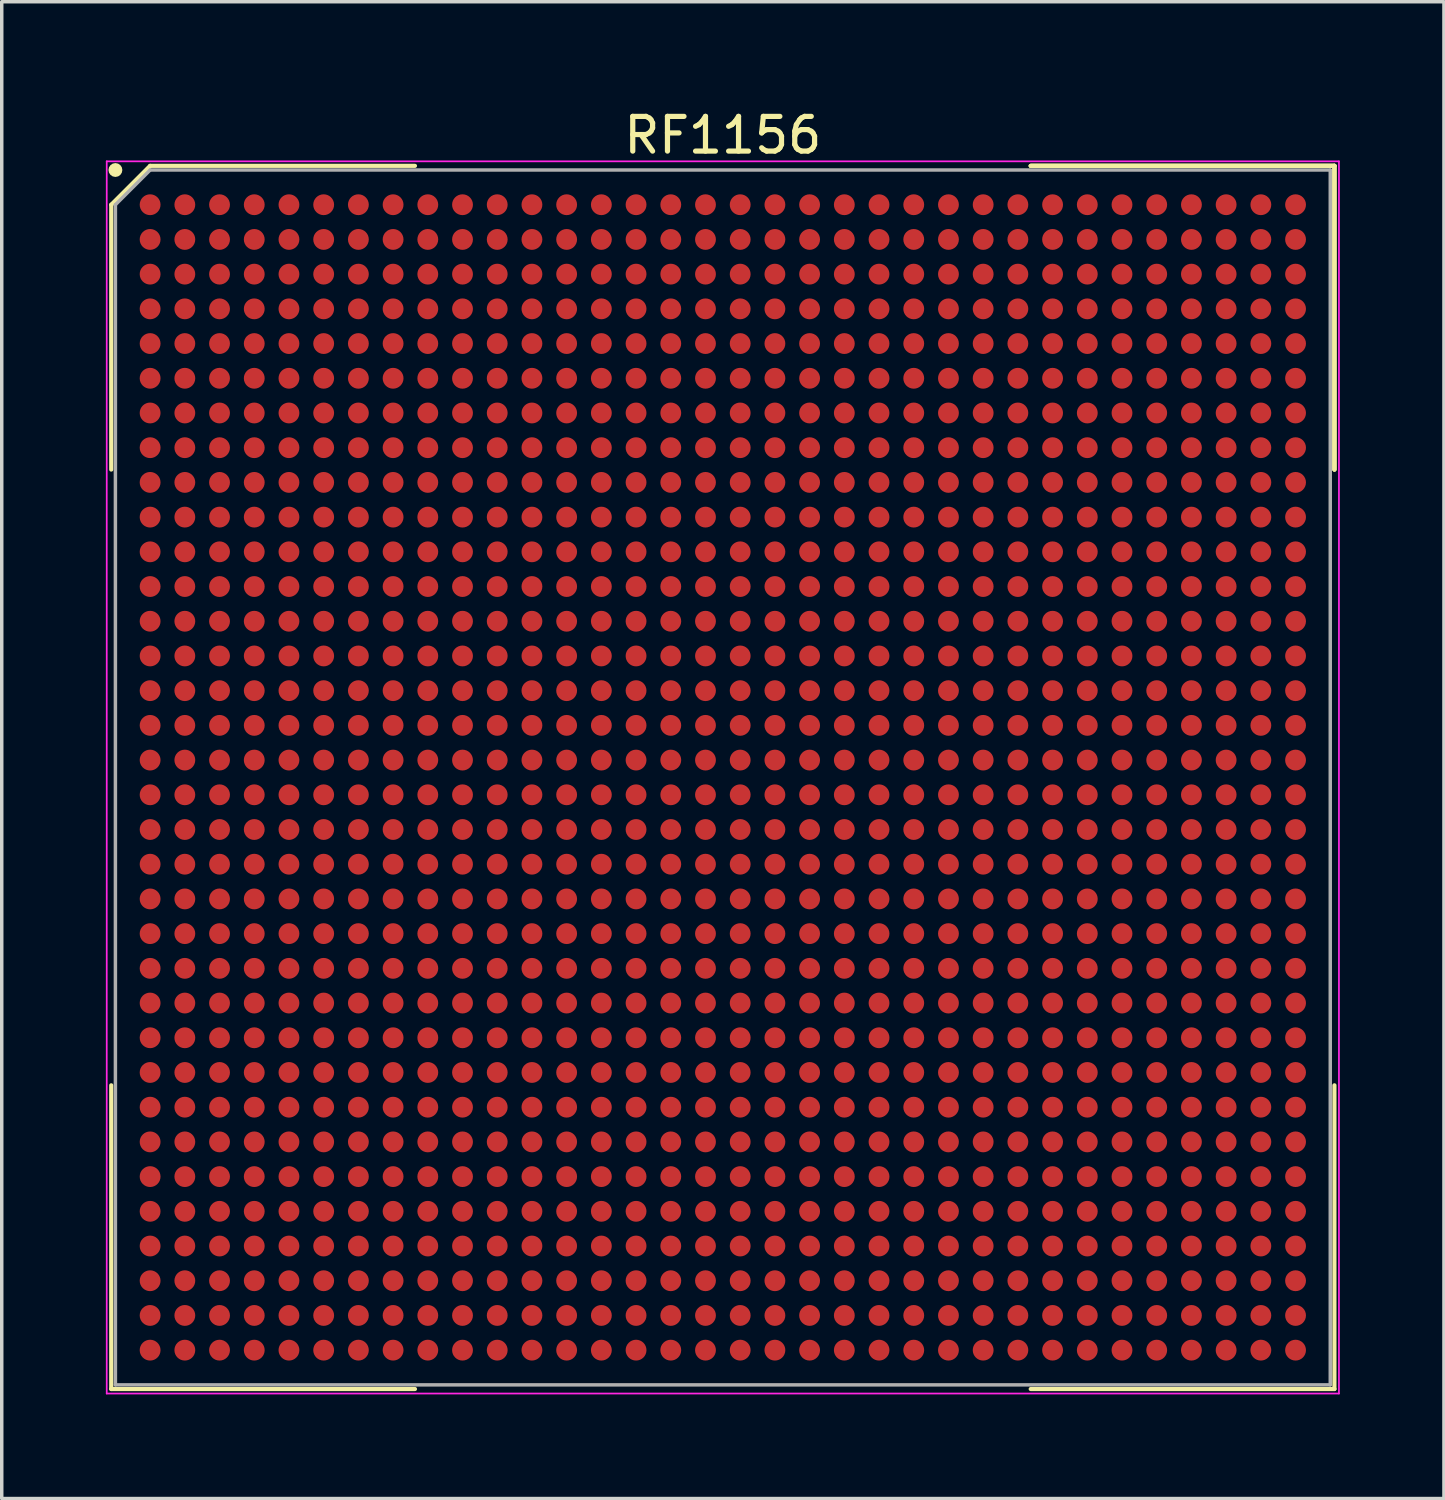
<source format=kicad_pcb>
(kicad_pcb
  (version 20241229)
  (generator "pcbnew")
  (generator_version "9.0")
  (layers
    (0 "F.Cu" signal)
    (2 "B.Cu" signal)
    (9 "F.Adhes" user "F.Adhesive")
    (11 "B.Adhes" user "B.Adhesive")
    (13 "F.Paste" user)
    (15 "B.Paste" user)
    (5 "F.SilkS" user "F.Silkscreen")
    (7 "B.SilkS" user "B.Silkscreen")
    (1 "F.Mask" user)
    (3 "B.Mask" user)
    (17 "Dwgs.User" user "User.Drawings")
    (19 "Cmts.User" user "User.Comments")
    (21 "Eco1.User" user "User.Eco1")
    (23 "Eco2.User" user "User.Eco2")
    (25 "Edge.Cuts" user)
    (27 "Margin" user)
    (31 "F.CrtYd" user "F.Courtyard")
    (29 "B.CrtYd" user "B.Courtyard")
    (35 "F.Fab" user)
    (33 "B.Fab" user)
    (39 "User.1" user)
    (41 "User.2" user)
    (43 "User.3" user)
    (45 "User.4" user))
  (footprint "RF1156"
    (layer "F.Cu")
    (at 17.775 19.348)
    (property "Reference" "RF1156" (at 0 -18.5 0) (layer "F.SilkS") (effects (font (size 1 1) (thickness 0.15))))
    (attr smd)
    (fp_line (start -17.62 -16.5) (end -17.62 -8.87) (stroke (width 0.12) (type solid)) (layer "F.SilkS"))
    (fp_line (start -17.62 17.62) (end -17.62 8.87) (stroke (width 0.12) (type solid)) (layer "F.SilkS"))
    (fp_line (start -16.5 -17.62) (end -17.62 -16.5) (stroke (width 0.12) (type solid)) (layer "F.SilkS"))
    (fp_line (start -8.87 -17.62) (end -16.5 -17.62) (stroke (width 0.12) (type solid)) (layer "F.SilkS"))
    (fp_line (start -8.87 17.62) (end -17.62 17.62) (stroke (width 0.12) (type solid)) (layer "F.SilkS"))
    (fp_line (start 8.87 -17.62) (end 17.62 -17.62) (stroke (width 0.12) (type solid)) (layer "F.SilkS"))
    (fp_line (start 8.87 -17.62) (end 17.62 -17.62) (stroke (width 0.12) (type solid)) (layer "F.SilkS"))
    (fp_line (start 8.87 -17.62) (end 17.62 -17.62) (stroke (width 0.12) (type solid)) (layer "F.SilkS"))
    (fp_line (start 8.87 17.62) (end 17.62 17.62) (stroke (width 0.12) (type solid)) (layer "F.SilkS"))
    (fp_line (start 17.62 -17.62) (end 17.62 -8.87) (stroke (width 0.12) (type solid)) (layer "F.SilkS"))
    (fp_line (start 17.62 -17.62) (end 17.62 -8.87) (stroke (width 0.12) (type solid)) (layer "F.SilkS"))
    (fp_line (start 17.62 -17.62) (end 17.62 -8.87) (stroke (width 0.12) (type solid)) (layer "F.SilkS"))
    (fp_line (start 17.62 17.62) (end 17.62 8.87) (stroke (width 0.12) (type solid)) (layer "F.SilkS"))
    (fp_circle (center -17.5 -17.5) (end -17.5 -17.4) (stroke (width 0.2) (type solid)) (fill no) (layer "F.SilkS"))
    (fp_line (start -17.75 -17.75) (end 17.75 -17.75) (stroke (width 0.05) (type solid)) (layer "F.CrtYd"))
    (fp_line (start -17.75 17.75) (end -17.75 -17.75) (stroke (width 0.05) (type solid)) (layer "F.CrtYd"))
    (fp_line (start 17.75 -17.75) (end 17.75 17.75) (stroke (width 0.05) (type solid)) (layer "F.CrtYd"))
    (fp_line (start 17.75 17.75) (end -17.75 17.75) (stroke (width 0.05) (type solid)) (layer "F.CrtYd"))
    (fp_line (start -17.5 -16.5) (end -17.5 17.5) (stroke (width 0.1) (type solid)) (layer "F.Fab"))
    (fp_line (start -17.5 17.5) (end 17.5 17.5) (stroke (width 0.1) (type solid)) (layer "F.Fab"))
    (fp_line (start -16.5 -17.5) (end -17.5 -16.5) (stroke (width 0.1) (type solid)) (layer "F.Fab"))
    (fp_line (start 17.5 -17.5) (end -16.5 -17.5) (stroke (width 0.1) (type solid)) (layer "F.Fab"))
    (fp_line (start 17.5 17.5) (end 17.5 -17.5) (stroke (width 0.1) (type solid)) (layer "F.Fab"))
    (pad "A1" smd circle (at -16.5 -16.5) (size 0.6 0.6) (layers "F.Cu" "F.Mask" "F.Paste"))
    (pad "A2" smd circle (at -15.5 -16.5) (size 0.6 0.6) (layers "F.Cu" "F.Mask" "F.Paste"))
    (pad "A3" smd circle (at -14.5 -16.5) (size 0.6 0.6) (layers "F.Cu" "F.Mask" "F.Paste"))
    (pad "A4" smd circle (at -13.5 -16.5) (size 0.6 0.6) (layers "F.Cu" "F.Mask" "F.Paste"))
    (pad "A5" smd circle (at -12.5 -16.5) (size 0.6 0.6) (layers "F.Cu" "F.Mask" "F.Paste"))
    (pad "A6" smd circle (at -11.5 -16.5) (size 0.6 0.6) (layers "F.Cu" "F.Mask" "F.Paste"))
    (pad "A7" smd circle (at -10.5 -16.5) (size 0.6 0.6) (layers "F.Cu" "F.Mask" "F.Paste"))
    (pad "A8" smd circle (at -9.5 -16.5) (size 0.6 0.6) (layers "F.Cu" "F.Mask" "F.Paste"))
    (pad "A9" smd circle (at -8.5 -16.5) (size 0.6 0.6) (layers "F.Cu" "F.Mask" "F.Paste"))
    (pad "A10" smd circle (at -7.5 -16.5) (size 0.6 0.6) (layers "F.Cu" "F.Mask" "F.Paste"))
    (pad "A11" smd circle (at -6.5 -16.5) (size 0.6 0.6) (layers "F.Cu" "F.Mask" "F.Paste"))
    (pad "A12" smd circle (at -5.5 -16.5) (size 0.6 0.6) (layers "F.Cu" "F.Mask" "F.Paste"))
    (pad "A13" smd circle (at -4.5 -16.5) (size 0.6 0.6) (layers "F.Cu" "F.Mask" "F.Paste"))
    (pad "A14" smd circle (at -3.5 -16.5) (size 0.6 0.6) (layers "F.Cu" "F.Mask" "F.Paste"))
    (pad "A15" smd circle (at -2.5 -16.5) (size 0.6 0.6) (layers "F.Cu" "F.Mask" "F.Paste"))
    (pad "A16" smd circle (at -1.5 -16.5) (size 0.6 0.6) (layers "F.Cu" "F.Mask" "F.Paste"))
    (pad "A17" smd circle (at -0.5 -16.5) (size 0.6 0.6) (layers "F.Cu" "F.Mask" "F.Paste"))
    (pad "A18" smd circle (at 0.5 -16.5) (size 0.6 0.6) (layers "F.Cu" "F.Mask" "F.Paste"))
    (pad "A19" smd circle (at 1.5 -16.5) (size 0.6 0.6) (layers "F.Cu" "F.Mask" "F.Paste"))
    (pad "A20" smd circle (at 2.5 -16.5) (size 0.6 0.6) (layers "F.Cu" "F.Mask" "F.Paste"))
    (pad "A21" smd circle (at 3.5 -16.5) (size 0.6 0.6) (layers "F.Cu" "F.Mask" "F.Paste"))
    (pad "A22" smd circle (at 4.5 -16.5) (size 0.6 0.6) (layers "F.Cu" "F.Mask" "F.Paste"))
    (pad "A23" smd circle (at 5.5 -16.5) (size 0.6 0.6) (layers "F.Cu" "F.Mask" "F.Paste"))
    (pad "A24" smd circle (at 6.5 -16.5) (size 0.6 0.6) (layers "F.Cu" "F.Mask" "F.Paste"))
    (pad "A25" smd circle (at 7.5 -16.5) (size 0.6 0.6) (layers "F.Cu" "F.Mask" "F.Paste"))
    (pad "A26" smd circle (at 8.5 -16.5) (size 0.6 0.6) (layers "F.Cu" "F.Mask" "F.Paste"))
    (pad "A27" smd circle (at 9.5 -16.5) (size 0.6 0.6) (layers "F.Cu" "F.Mask" "F.Paste"))
    (pad "A28" smd circle (at 10.5 -16.5) (size 0.6 0.6) (layers "F.Cu" "F.Mask" "F.Paste"))
    (pad "A29" smd circle (at 11.5 -16.5) (size 0.6 0.6) (layers "F.Cu" "F.Mask" "F.Paste"))
    (pad "A30" smd circle (at 12.5 -16.5) (size 0.6 0.6) (layers "F.Cu" "F.Mask" "F.Paste"))
    (pad "A31" smd circle (at 13.5 -16.5) (size 0.6 0.6) (layers "F.Cu" "F.Mask" "F.Paste"))
    (pad "A32" smd circle (at 14.5 -16.5) (size 0.6 0.6) (layers "F.Cu" "F.Mask" "F.Paste"))
    (pad "A33" smd circle (at 15.5 -16.5) (size 0.6 0.6) (layers "F.Cu" "F.Mask" "F.Paste"))
    (pad "A34" smd circle (at 16.5 -16.5) (size 0.6 0.6) (layers "F.Cu" "F.Mask" "F.Paste"))
    (pad "AA1" smd circle (at -16.5 3.5) (size 0.6 0.6) (layers "F.Cu" "F.Mask" "F.Paste"))
    (pad "AA2" smd circle (at -15.5 3.5) (size 0.6 0.6) (layers "F.Cu" "F.Mask" "F.Paste"))
    (pad "AA3" smd circle (at -14.5 3.5) (size 0.6 0.6) (layers "F.Cu" "F.Mask" "F.Paste"))
    (pad "AA4" smd circle (at -13.5 3.5) (size 0.6 0.6) (layers "F.Cu" "F.Mask" "F.Paste"))
    (pad "AA5" smd circle (at -12.5 3.5) (size 0.6 0.6) (layers "F.Cu" "F.Mask" "F.Paste"))
    (pad "AA6" smd circle (at -11.5 3.5) (size 0.6 0.6) (layers "F.Cu" "F.Mask" "F.Paste"))
    (pad "AA7" smd circle (at -10.5 3.5) (size 0.6 0.6) (layers "F.Cu" "F.Mask" "F.Paste"))
    (pad "AA8" smd circle (at -9.5 3.5) (size 0.6 0.6) (layers "F.Cu" "F.Mask" "F.Paste"))
    (pad "AA9" smd circle (at -8.5 3.5) (size 0.6 0.6) (layers "F.Cu" "F.Mask" "F.Paste"))
    (pad "AA10" smd circle (at -7.5 3.5) (size 0.6 0.6) (layers "F.Cu" "F.Mask" "F.Paste"))
    (pad "AA11" smd circle (at -6.5 3.5) (size 0.6 0.6) (layers "F.Cu" "F.Mask" "F.Paste"))
    (pad "AA12" smd circle (at -5.5 3.5) (size 0.6 0.6) (layers "F.Cu" "F.Mask" "F.Paste"))
    (pad "AA13" smd circle (at -4.5 3.5) (size 0.6 0.6) (layers "F.Cu" "F.Mask" "F.Paste"))
    (pad "AA14" smd circle (at -3.5 3.5) (size 0.6 0.6) (layers "F.Cu" "F.Mask" "F.Paste"))
    (pad "AA15" smd circle (at -2.5 3.5) (size 0.6 0.6) (layers "F.Cu" "F.Mask" "F.Paste"))
    (pad "AA16" smd circle (at -1.5 3.5) (size 0.6 0.6) (layers "F.Cu" "F.Mask" "F.Paste"))
    (pad "AA17" smd circle (at -0.5 3.5) (size 0.6 0.6) (layers "F.Cu" "F.Mask" "F.Paste"))
    (pad "AA18" smd circle (at 0.5 3.5) (size 0.6 0.6) (layers "F.Cu" "F.Mask" "F.Paste"))
    (pad "AA19" smd circle (at 1.5 3.5) (size 0.6 0.6) (layers "F.Cu" "F.Mask" "F.Paste"))
    (pad "AA20" smd circle (at 2.5 3.5) (size 0.6 0.6) (layers "F.Cu" "F.Mask" "F.Paste"))
    (pad "AA21" smd circle (at 3.5 3.5) (size 0.6 0.6) (layers "F.Cu" "F.Mask" "F.Paste"))
    (pad "AA22" smd circle (at 4.5 3.5) (size 0.6 0.6) (layers "F.Cu" "F.Mask" "F.Paste"))
    (pad "AA23" smd circle (at 5.5 3.5) (size 0.6 0.6) (layers "F.Cu" "F.Mask" "F.Paste"))
    (pad "AA24" smd circle (at 6.5 3.5) (size 0.6 0.6) (layers "F.Cu" "F.Mask" "F.Paste"))
    (pad "AA25" smd circle (at 7.5 3.5) (size 0.6 0.6) (layers "F.Cu" "F.Mask" "F.Paste"))
    (pad "AA26" smd circle (at 8.5 3.5) (size 0.6 0.6) (layers "F.Cu" "F.Mask" "F.Paste"))
    (pad "AA27" smd circle (at 9.5 3.5) (size 0.6 0.6) (layers "F.Cu" "F.Mask" "F.Paste"))
    (pad "AA28" smd circle (at 10.5 3.5) (size 0.6 0.6) (layers "F.Cu" "F.Mask" "F.Paste"))
    (pad "AA29" smd circle (at 11.5 3.5) (size 0.6 0.6) (layers "F.Cu" "F.Mask" "F.Paste"))
    (pad "AA30" smd circle (at 12.5 3.5) (size 0.6 0.6) (layers "F.Cu" "F.Mask" "F.Paste"))
    (pad "AA31" smd circle (at 13.5 3.5) (size 0.6 0.6) (layers "F.Cu" "F.Mask" "F.Paste"))
    (pad "AA32" smd circle (at 14.5 3.5) (size 0.6 0.6) (layers "F.Cu" "F.Mask" "F.Paste"))
    (pad "AA33" smd circle (at 15.5 3.5) (size 0.6 0.6) (layers "F.Cu" "F.Mask" "F.Paste"))
    (pad "AA34" smd circle (at 16.5 3.5) (size 0.6 0.6) (layers "F.Cu" "F.Mask" "F.Paste"))
    (pad "AB1" smd circle (at -16.5 4.5) (size 0.6 0.6) (layers "F.Cu" "F.Mask" "F.Paste"))
    (pad "AB2" smd circle (at -15.5 4.5) (size 0.6 0.6) (layers "F.Cu" "F.Mask" "F.Paste"))
    (pad "AB3" smd circle (at -14.5 4.5) (size 0.6 0.6) (layers "F.Cu" "F.Mask" "F.Paste"))
    (pad "AB4" smd circle (at -13.5 4.5) (size 0.6 0.6) (layers "F.Cu" "F.Mask" "F.Paste"))
    (pad "AB5" smd circle (at -12.5 4.5) (size 0.6 0.6) (layers "F.Cu" "F.Mask" "F.Paste"))
    (pad "AB6" smd circle (at -11.5 4.5) (size 0.6 0.6) (layers "F.Cu" "F.Mask" "F.Paste"))
    (pad "AB7" smd circle (at -10.5 4.5) (size 0.6 0.6) (layers "F.Cu" "F.Mask" "F.Paste"))
    (pad "AB8" smd circle (at -9.5 4.5) (size 0.6 0.6) (layers "F.Cu" "F.Mask" "F.Paste"))
    (pad "AB9" smd circle (at -8.5 4.5) (size 0.6 0.6) (layers "F.Cu" "F.Mask" "F.Paste"))
    (pad "AB10" smd circle (at -7.5 4.5) (size 0.6 0.6) (layers "F.Cu" "F.Mask" "F.Paste"))
    (pad "AB11" smd circle (at -6.5 4.5) (size 0.6 0.6) (layers "F.Cu" "F.Mask" "F.Paste"))
    (pad "AB12" smd circle (at -5.5 4.5) (size 0.6 0.6) (layers "F.Cu" "F.Mask" "F.Paste"))
    (pad "AB13" smd circle (at -4.5 4.5) (size 0.6 0.6) (layers "F.Cu" "F.Mask" "F.Paste"))
    (pad "AB14" smd circle (at -3.5 4.5) (size 0.6 0.6) (layers "F.Cu" "F.Mask" "F.Paste"))
    (pad "AB15" smd circle (at -2.5 4.5) (size 0.6 0.6) (layers "F.Cu" "F.Mask" "F.Paste"))
    (pad "AB16" smd circle (at -1.5 4.5) (size 0.6 0.6) (layers "F.Cu" "F.Mask" "F.Paste"))
    (pad "AB17" smd circle (at -0.5 4.5) (size 0.6 0.6) (layers "F.Cu" "F.Mask" "F.Paste"))
    (pad "AB18" smd circle (at 0.5 4.5) (size 0.6 0.6) (layers "F.Cu" "F.Mask" "F.Paste"))
    (pad "AB19" smd circle (at 1.5 4.5) (size 0.6 0.6) (layers "F.Cu" "F.Mask" "F.Paste"))
    (pad "AB20" smd circle (at 2.5 4.5) (size 0.6 0.6) (layers "F.Cu" "F.Mask" "F.Paste"))
    (pad "AB21" smd circle (at 3.5 4.5) (size 0.6 0.6) (layers "F.Cu" "F.Mask" "F.Paste"))
    (pad "AB22" smd circle (at 4.5 4.5) (size 0.6 0.6) (layers "F.Cu" "F.Mask" "F.Paste"))
    (pad "AB23" smd circle (at 5.5 4.5) (size 0.6 0.6) (layers "F.Cu" "F.Mask" "F.Paste"))
    (pad "AB24" smd circle (at 6.5 4.5) (size 0.6 0.6) (layers "F.Cu" "F.Mask" "F.Paste"))
    (pad "AB25" smd circle (at 7.5 4.5) (size 0.6 0.6) (layers "F.Cu" "F.Mask" "F.Paste"))
    (pad "AB26" smd circle (at 8.5 4.5) (size 0.6 0.6) (layers "F.Cu" "F.Mask" "F.Paste"))
    (pad "AB27" smd circle (at 9.5 4.5) (size 0.6 0.6) (layers "F.Cu" "F.Mask" "F.Paste"))
    (pad "AB28" smd circle (at 10.5 4.5) (size 0.6 0.6) (layers "F.Cu" "F.Mask" "F.Paste"))
    (pad "AB29" smd circle (at 11.5 4.5) (size 0.6 0.6) (layers "F.Cu" "F.Mask" "F.Paste"))
    (pad "AB30" smd circle (at 12.5 4.5) (size 0.6 0.6) (layers "F.Cu" "F.Mask" "F.Paste"))
    (pad "AB31" smd circle (at 13.5 4.5) (size 0.6 0.6) (layers "F.Cu" "F.Mask" "F.Paste"))
    (pad "AB32" smd circle (at 14.5 4.5) (size 0.6 0.6) (layers "F.Cu" "F.Mask" "F.Paste"))
    (pad "AB33" smd circle (at 15.5 4.5) (size 0.6 0.6) (layers "F.Cu" "F.Mask" "F.Paste"))
    (pad "AB34" smd circle (at 16.5 4.5) (size 0.6 0.6) (layers "F.Cu" "F.Mask" "F.Paste"))
    (pad "AC1" smd circle (at -16.5 5.5) (size 0.6 0.6) (layers "F.Cu" "F.Mask" "F.Paste"))
    (pad "AC2" smd circle (at -15.5 5.5) (size 0.6 0.6) (layers "F.Cu" "F.Mask" "F.Paste"))
    (pad "AC3" smd circle (at -14.5 5.5) (size 0.6 0.6) (layers "F.Cu" "F.Mask" "F.Paste"))
    (pad "AC4" smd circle (at -13.5 5.5) (size 0.6 0.6) (layers "F.Cu" "F.Mask" "F.Paste"))
    (pad "AC5" smd circle (at -12.5 5.5) (size 0.6 0.6) (layers "F.Cu" "F.Mask" "F.Paste"))
    (pad "AC6" smd circle (at -11.5 5.5) (size 0.6 0.6) (layers "F.Cu" "F.Mask" "F.Paste"))
    (pad "AC7" smd circle (at -10.5 5.5) (size 0.6 0.6) (layers "F.Cu" "F.Mask" "F.Paste"))
    (pad "AC8" smd circle (at -9.5 5.5) (size 0.6 0.6) (layers "F.Cu" "F.Mask" "F.Paste"))
    (pad "AC9" smd circle (at -8.5 5.5) (size 0.6 0.6) (layers "F.Cu" "F.Mask" "F.Paste"))
    (pad "AC10" smd circle (at -7.5 5.5) (size 0.6 0.6) (layers "F.Cu" "F.Mask" "F.Paste"))
    (pad "AC11" smd circle (at -6.5 5.5) (size 0.6 0.6) (layers "F.Cu" "F.Mask" "F.Paste"))
    (pad "AC12" smd circle (at -5.5 5.5) (size 0.6 0.6) (layers "F.Cu" "F.Mask" "F.Paste"))
    (pad "AC13" smd circle (at -4.5 5.5) (size 0.6 0.6) (layers "F.Cu" "F.Mask" "F.Paste"))
    (pad "AC14" smd circle (at -3.5 5.5) (size 0.6 0.6) (layers "F.Cu" "F.Mask" "F.Paste"))
    (pad "AC15" smd circle (at -2.5 5.5) (size 0.6 0.6) (layers "F.Cu" "F.Mask" "F.Paste"))
    (pad "AC16" smd circle (at -1.5 5.5) (size 0.6 0.6) (layers "F.Cu" "F.Mask" "F.Paste"))
    (pad "AC17" smd circle (at -0.5 5.5) (size 0.6 0.6) (layers "F.Cu" "F.Mask" "F.Paste"))
    (pad "AC18" smd circle (at 0.5 5.5) (size 0.6 0.6) (layers "F.Cu" "F.Mask" "F.Paste"))
    (pad "AC19" smd circle (at 1.5 5.5) (size 0.6 0.6) (layers "F.Cu" "F.Mask" "F.Paste"))
    (pad "AC20" smd circle (at 2.5 5.5) (size 0.6 0.6) (layers "F.Cu" "F.Mask" "F.Paste"))
    (pad "AC21" smd circle (at 3.5 5.5) (size 0.6 0.6) (layers "F.Cu" "F.Mask" "F.Paste"))
    (pad "AC22" smd circle (at 4.5 5.5) (size 0.6 0.6) (layers "F.Cu" "F.Mask" "F.Paste"))
    (pad "AC23" smd circle (at 5.5 5.5) (size 0.6 0.6) (layers "F.Cu" "F.Mask" "F.Paste"))
    (pad "AC24" smd circle (at 6.5 5.5) (size 0.6 0.6) (layers "F.Cu" "F.Mask" "F.Paste"))
    (pad "AC25" smd circle (at 7.5 5.5) (size 0.6 0.6) (layers "F.Cu" "F.Mask" "F.Paste"))
    (pad "AC26" smd circle (at 8.5 5.5) (size 0.6 0.6) (layers "F.Cu" "F.Mask" "F.Paste"))
    (pad "AC27" smd circle (at 9.5 5.5) (size 0.6 0.6) (layers "F.Cu" "F.Mask" "F.Paste"))
    (pad "AC28" smd circle (at 10.5 5.5) (size 0.6 0.6) (layers "F.Cu" "F.Mask" "F.Paste"))
    (pad "AC29" smd circle (at 11.5 5.5) (size 0.6 0.6) (layers "F.Cu" "F.Mask" "F.Paste"))
    (pad "AC30" smd circle (at 12.5 5.5) (size 0.6 0.6) (layers "F.Cu" "F.Mask" "F.Paste"))
    (pad "AC31" smd circle (at 13.5 5.5) (size 0.6 0.6) (layers "F.Cu" "F.Mask" "F.Paste"))
    (pad "AC32" smd circle (at 14.5 5.5) (size 0.6 0.6) (layers "F.Cu" "F.Mask" "F.Paste"))
    (pad "AC33" smd circle (at 15.5 5.5) (size 0.6 0.6) (layers "F.Cu" "F.Mask" "F.Paste"))
    (pad "AC34" smd circle (at 16.5 5.5) (size 0.6 0.6) (layers "F.Cu" "F.Mask" "F.Paste"))
    (pad "AD1" smd circle (at -16.5 6.5) (size 0.6 0.6) (layers "F.Cu" "F.Mask" "F.Paste"))
    (pad "AD2" smd circle (at -15.5 6.5) (size 0.6 0.6) (layers "F.Cu" "F.Mask" "F.Paste"))
    (pad "AD3" smd circle (at -14.5 6.5) (size 0.6 0.6) (layers "F.Cu" "F.Mask" "F.Paste"))
    (pad "AD4" smd circle (at -13.5 6.5) (size 0.6 0.6) (layers "F.Cu" "F.Mask" "F.Paste"))
    (pad "AD5" smd circle (at -12.5 6.5) (size 0.6 0.6) (layers "F.Cu" "F.Mask" "F.Paste"))
    (pad "AD6" smd circle (at -11.5 6.5) (size 0.6 0.6) (layers "F.Cu" "F.Mask" "F.Paste"))
    (pad "AD7" smd circle (at -10.5 6.5) (size 0.6 0.6) (layers "F.Cu" "F.Mask" "F.Paste"))
    (pad "AD8" smd circle (at -9.5 6.5) (size 0.6 0.6) (layers "F.Cu" "F.Mask" "F.Paste"))
    (pad "AD9" smd circle (at -8.5 6.5) (size 0.6 0.6) (layers "F.Cu" "F.Mask" "F.Paste"))
    (pad "AD10" smd circle (at -7.5 6.5) (size 0.6 0.6) (layers "F.Cu" "F.Mask" "F.Paste"))
    (pad "AD11" smd circle (at -6.5 6.5) (size 0.6 0.6) (layers "F.Cu" "F.Mask" "F.Paste"))
    (pad "AD12" smd circle (at -5.5 6.5) (size 0.6 0.6) (layers "F.Cu" "F.Mask" "F.Paste"))
    (pad "AD13" smd circle (at -4.5 6.5) (size 0.6 0.6) (layers "F.Cu" "F.Mask" "F.Paste"))
    (pad "AD14" smd circle (at -3.5 6.5) (size 0.6 0.6) (layers "F.Cu" "F.Mask" "F.Paste"))
    (pad "AD15" smd circle (at -2.5 6.5) (size 0.6 0.6) (layers "F.Cu" "F.Mask" "F.Paste"))
    (pad "AD16" smd circle (at -1.5 6.5) (size 0.6 0.6) (layers "F.Cu" "F.Mask" "F.Paste"))
    (pad "AD17" smd circle (at -0.5 6.5) (size 0.6 0.6) (layers "F.Cu" "F.Mask" "F.Paste"))
    (pad "AD18" smd circle (at 0.5 6.5) (size 0.6 0.6) (layers "F.Cu" "F.Mask" "F.Paste"))
    (pad "AD19" smd circle (at 1.5 6.5) (size 0.6 0.6) (layers "F.Cu" "F.Mask" "F.Paste"))
    (pad "AD20" smd circle (at 2.5 6.5) (size 0.6 0.6) (layers "F.Cu" "F.Mask" "F.Paste"))
    (pad "AD21" smd circle (at 3.5 6.5) (size 0.6 0.6) (layers "F.Cu" "F.Mask" "F.Paste"))
    (pad "AD22" smd circle (at 4.5 6.5) (size 0.6 0.6) (layers "F.Cu" "F.Mask" "F.Paste"))
    (pad "AD23" smd circle (at 5.5 6.5) (size 0.6 0.6) (layers "F.Cu" "F.Mask" "F.Paste"))
    (pad "AD24" smd circle (at 6.5 6.5) (size 0.6 0.6) (layers "F.Cu" "F.Mask" "F.Paste"))
    (pad "AD25" smd circle (at 7.5 6.5) (size 0.6 0.6) (layers "F.Cu" "F.Mask" "F.Paste"))
    (pad "AD26" smd circle (at 8.5 6.5) (size 0.6 0.6) (layers "F.Cu" "F.Mask" "F.Paste"))
    (pad "AD27" smd circle (at 9.5 6.5) (size 0.6 0.6) (layers "F.Cu" "F.Mask" "F.Paste"))
    (pad "AD28" smd circle (at 10.5 6.5) (size 0.6 0.6) (layers "F.Cu" "F.Mask" "F.Paste"))
    (pad "AD29" smd circle (at 11.5 6.5) (size 0.6 0.6) (layers "F.Cu" "F.Mask" "F.Paste"))
    (pad "AD30" smd circle (at 12.5 6.5) (size 0.6 0.6) (layers "F.Cu" "F.Mask" "F.Paste"))
    (pad "AD31" smd circle (at 13.5 6.5) (size 0.6 0.6) (layers "F.Cu" "F.Mask" "F.Paste"))
    (pad "AD32" smd circle (at 14.5 6.5) (size 0.6 0.6) (layers "F.Cu" "F.Mask" "F.Paste"))
    (pad "AD33" smd circle (at 15.5 6.5) (size 0.6 0.6) (layers "F.Cu" "F.Mask" "F.Paste"))
    (pad "AD34" smd circle (at 16.5 6.5) (size 0.6 0.6) (layers "F.Cu" "F.Mask" "F.Paste"))
    (pad "AE1" smd circle (at -16.5 7.5) (size 0.6 0.6) (layers "F.Cu" "F.Mask" "F.Paste"))
    (pad "AE2" smd circle (at -15.5 7.5) (size 0.6 0.6) (layers "F.Cu" "F.Mask" "F.Paste"))
    (pad "AE3" smd circle (at -14.5 7.5) (size 0.6 0.6) (layers "F.Cu" "F.Mask" "F.Paste"))
    (pad "AE4" smd circle (at -13.5 7.5) (size 0.6 0.6) (layers "F.Cu" "F.Mask" "F.Paste"))
    (pad "AE5" smd circle (at -12.5 7.5) (size 0.6 0.6) (layers "F.Cu" "F.Mask" "F.Paste"))
    (pad "AE6" smd circle (at -11.5 7.5) (size 0.6 0.6) (layers "F.Cu" "F.Mask" "F.Paste"))
    (pad "AE7" smd circle (at -10.5 7.5) (size 0.6 0.6) (layers "F.Cu" "F.Mask" "F.Paste"))
    (pad "AE8" smd circle (at -9.5 7.5) (size 0.6 0.6) (layers "F.Cu" "F.Mask" "F.Paste"))
    (pad "AE9" smd circle (at -8.5 7.5) (size 0.6 0.6) (layers "F.Cu" "F.Mask" "F.Paste"))
    (pad "AE10" smd circle (at -7.5 7.5) (size 0.6 0.6) (layers "F.Cu" "F.Mask" "F.Paste"))
    (pad "AE11" smd circle (at -6.5 7.5) (size 0.6 0.6) (layers "F.Cu" "F.Mask" "F.Paste"))
    (pad "AE12" smd circle (at -5.5 7.5) (size 0.6 0.6) (layers "F.Cu" "F.Mask" "F.Paste"))
    (pad "AE13" smd circle (at -4.5 7.5) (size 0.6 0.6) (layers "F.Cu" "F.Mask" "F.Paste"))
    (pad "AE14" smd circle (at -3.5 7.5) (size 0.6 0.6) (layers "F.Cu" "F.Mask" "F.Paste"))
    (pad "AE15" smd circle (at -2.5 7.5) (size 0.6 0.6) (layers "F.Cu" "F.Mask" "F.Paste"))
    (pad "AE16" smd circle (at -1.5 7.5) (size 0.6 0.6) (layers "F.Cu" "F.Mask" "F.Paste"))
    (pad "AE17" smd circle (at -0.5 7.5) (size 0.6 0.6) (layers "F.Cu" "F.Mask" "F.Paste"))
    (pad "AE18" smd circle (at 0.5 7.5) (size 0.6 0.6) (layers "F.Cu" "F.Mask" "F.Paste"))
    (pad "AE19" smd circle (at 1.5 7.5) (size 0.6 0.6) (layers "F.Cu" "F.Mask" "F.Paste"))
    (pad "AE20" smd circle (at 2.5 7.5) (size 0.6 0.6) (layers "F.Cu" "F.Mask" "F.Paste"))
    (pad "AE21" smd circle (at 3.5 7.5) (size 0.6 0.6) (layers "F.Cu" "F.Mask" "F.Paste"))
    (pad "AE22" smd circle (at 4.5 7.5) (size 0.6 0.6) (layers "F.Cu" "F.Mask" "F.Paste"))
    (pad "AE23" smd circle (at 5.5 7.5) (size 0.6 0.6) (layers "F.Cu" "F.Mask" "F.Paste"))
    (pad "AE24" smd circle (at 6.5 7.5) (size 0.6 0.6) (layers "F.Cu" "F.Mask" "F.Paste"))
    (pad "AE25" smd circle (at 7.5 7.5) (size 0.6 0.6) (layers "F.Cu" "F.Mask" "F.Paste"))
    (pad "AE26" smd circle (at 8.5 7.5) (size 0.6 0.6) (layers "F.Cu" "F.Mask" "F.Paste"))
    (pad "AE27" smd circle (at 9.5 7.5) (size 0.6 0.6) (layers "F.Cu" "F.Mask" "F.Paste"))
    (pad "AE28" smd circle (at 10.5 7.5) (size 0.6 0.6) (layers "F.Cu" "F.Mask" "F.Paste"))
    (pad "AE29" smd circle (at 11.5 7.5) (size 0.6 0.6) (layers "F.Cu" "F.Mask" "F.Paste"))
    (pad "AE30" smd circle (at 12.5 7.5) (size 0.6 0.6) (layers "F.Cu" "F.Mask" "F.Paste"))
    (pad "AE31" smd circle (at 13.5 7.5) (size 0.6 0.6) (layers "F.Cu" "F.Mask" "F.Paste"))
    (pad "AE32" smd circle (at 14.5 7.5) (size 0.6 0.6) (layers "F.Cu" "F.Mask" "F.Paste"))
    (pad "AE33" smd circle (at 15.5 7.5) (size 0.6 0.6) (layers "F.Cu" "F.Mask" "F.Paste"))
    (pad "AE34" smd circle (at 16.5 7.5) (size 0.6 0.6) (layers "F.Cu" "F.Mask" "F.Paste"))
    (pad "AF1" smd circle (at -16.5 8.5) (size 0.6 0.6) (layers "F.Cu" "F.Mask" "F.Paste"))
    (pad "AF2" smd circle (at -15.5 8.5) (size 0.6 0.6) (layers "F.Cu" "F.Mask" "F.Paste"))
    (pad "AF3" smd circle (at -14.5 8.5) (size 0.6 0.6) (layers "F.Cu" "F.Mask" "F.Paste"))
    (pad "AF4" smd circle (at -13.5 8.5) (size 0.6 0.6) (layers "F.Cu" "F.Mask" "F.Paste"))
    (pad "AF5" smd circle (at -12.5 8.5) (size 0.6 0.6) (layers "F.Cu" "F.Mask" "F.Paste"))
    (pad "AF6" smd circle (at -11.5 8.5) (size 0.6 0.6) (layers "F.Cu" "F.Mask" "F.Paste"))
    (pad "AF7" smd circle (at -10.5 8.5) (size 0.6 0.6) (layers "F.Cu" "F.Mask" "F.Paste"))
    (pad "AF8" smd circle (at -9.5 8.5) (size 0.6 0.6) (layers "F.Cu" "F.Mask" "F.Paste"))
    (pad "AF9" smd circle (at -8.5 8.5) (size 0.6 0.6) (layers "F.Cu" "F.Mask" "F.Paste"))
    (pad "AF10" smd circle (at -7.5 8.5) (size 0.6 0.6) (layers "F.Cu" "F.Mask" "F.Paste"))
    (pad "AF11" smd circle (at -6.5 8.5) (size 0.6 0.6) (layers "F.Cu" "F.Mask" "F.Paste"))
    (pad "AF12" smd circle (at -5.5 8.5) (size 0.6 0.6) (layers "F.Cu" "F.Mask" "F.Paste"))
    (pad "AF13" smd circle (at -4.5 8.5) (size 0.6 0.6) (layers "F.Cu" "F.Mask" "F.Paste"))
    (pad "AF14" smd circle (at -3.5 8.5) (size 0.6 0.6) (layers "F.Cu" "F.Mask" "F.Paste"))
    (pad "AF15" smd circle (at -2.5 8.5) (size 0.6 0.6) (layers "F.Cu" "F.Mask" "F.Paste"))
    (pad "AF16" smd circle (at -1.5 8.5) (size 0.6 0.6) (layers "F.Cu" "F.Mask" "F.Paste"))
    (pad "AF17" smd circle (at -0.5 8.5) (size 0.6 0.6) (layers "F.Cu" "F.Mask" "F.Paste"))
    (pad "AF18" smd circle (at 0.5 8.5) (size 0.6 0.6) (layers "F.Cu" "F.Mask" "F.Paste"))
    (pad "AF19" smd circle (at 1.5 8.5) (size 0.6 0.6) (layers "F.Cu" "F.Mask" "F.Paste"))
    (pad "AF20" smd circle (at 2.5 8.5) (size 0.6 0.6) (layers "F.Cu" "F.Mask" "F.Paste"))
    (pad "AF21" smd circle (at 3.5 8.5) (size 0.6 0.6) (layers "F.Cu" "F.Mask" "F.Paste"))
    (pad "AF22" smd circle (at 4.5 8.5) (size 0.6 0.6) (layers "F.Cu" "F.Mask" "F.Paste"))
    (pad "AF23" smd circle (at 5.5 8.5) (size 0.6 0.6) (layers "F.Cu" "F.Mask" "F.Paste"))
    (pad "AF24" smd circle (at 6.5 8.5) (size 0.6 0.6) (layers "F.Cu" "F.Mask" "F.Paste"))
    (pad "AF25" smd circle (at 7.5 8.5) (size 0.6 0.6) (layers "F.Cu" "F.Mask" "F.Paste"))
    (pad "AF26" smd circle (at 8.5 8.5) (size 0.6 0.6) (layers "F.Cu" "F.Mask" "F.Paste"))
    (pad "AF27" smd circle (at 9.5 8.5) (size 0.6 0.6) (layers "F.Cu" "F.Mask" "F.Paste"))
    (pad "AF28" smd circle (at 10.5 8.5) (size 0.6 0.6) (layers "F.Cu" "F.Mask" "F.Paste"))
    (pad "AF29" smd circle (at 11.5 8.5) (size 0.6 0.6) (layers "F.Cu" "F.Mask" "F.Paste"))
    (pad "AF30" smd circle (at 12.5 8.5) (size 0.6 0.6) (layers "F.Cu" "F.Mask" "F.Paste"))
    (pad "AF31" smd circle (at 13.5 8.5) (size 0.6 0.6) (layers "F.Cu" "F.Mask" "F.Paste"))
    (pad "AF32" smd circle (at 14.5 8.5) (size 0.6 0.6) (layers "F.Cu" "F.Mask" "F.Paste"))
    (pad "AF33" smd circle (at 15.5 8.5) (size 0.6 0.6) (layers "F.Cu" "F.Mask" "F.Paste"))
    (pad "AF34" smd circle (at 16.5 8.5) (size 0.6 0.6) (layers "F.Cu" "F.Mask" "F.Paste"))
    (pad "AG1" smd circle (at -16.5 9.5) (size 0.6 0.6) (layers "F.Cu" "F.Mask" "F.Paste"))
    (pad "AG2" smd circle (at -15.5 9.5) (size 0.6 0.6) (layers "F.Cu" "F.Mask" "F.Paste"))
    (pad "AG3" smd circle (at -14.5 9.5) (size 0.6 0.6) (layers "F.Cu" "F.Mask" "F.Paste"))
    (pad "AG4" smd circle (at -13.5 9.5) (size 0.6 0.6) (layers "F.Cu" "F.Mask" "F.Paste"))
    (pad "AG5" smd circle (at -12.5 9.5) (size 0.6 0.6) (layers "F.Cu" "F.Mask" "F.Paste"))
    (pad "AG6" smd circle (at -11.5 9.5) (size 0.6 0.6) (layers "F.Cu" "F.Mask" "F.Paste"))
    (pad "AG7" smd circle (at -10.5 9.5) (size 0.6 0.6) (layers "F.Cu" "F.Mask" "F.Paste"))
    (pad "AG8" smd circle (at -9.5 9.5) (size 0.6 0.6) (layers "F.Cu" "F.Mask" "F.Paste"))
    (pad "AG9" smd circle (at -8.5 9.5) (size 0.6 0.6) (layers "F.Cu" "F.Mask" "F.Paste"))
    (pad "AG10" smd circle (at -7.5 9.5) (size 0.6 0.6) (layers "F.Cu" "F.Mask" "F.Paste"))
    (pad "AG11" smd circle (at -6.5 9.5) (size 0.6 0.6) (layers "F.Cu" "F.Mask" "F.Paste"))
    (pad "AG12" smd circle (at -5.5 9.5) (size 0.6 0.6) (layers "F.Cu" "F.Mask" "F.Paste"))
    (pad "AG13" smd circle (at -4.5 9.5) (size 0.6 0.6) (layers "F.Cu" "F.Mask" "F.Paste"))
    (pad "AG14" smd circle (at -3.5 9.5) (size 0.6 0.6) (layers "F.Cu" "F.Mask" "F.Paste"))
    (pad "AG15" smd circle (at -2.5 9.5) (size 0.6 0.6) (layers "F.Cu" "F.Mask" "F.Paste"))
    (pad "AG16" smd circle (at -1.5 9.5) (size 0.6 0.6) (layers "F.Cu" "F.Mask" "F.Paste"))
    (pad "AG17" smd circle (at -0.5 9.5) (size 0.6 0.6) (layers "F.Cu" "F.Mask" "F.Paste"))
    (pad "AG18" smd circle (at 0.5 9.5) (size 0.6 0.6) (layers "F.Cu" "F.Mask" "F.Paste"))
    (pad "AG19" smd circle (at 1.5 9.5) (size 0.6 0.6) (layers "F.Cu" "F.Mask" "F.Paste"))
    (pad "AG20" smd circle (at 2.5 9.5) (size 0.6 0.6) (layers "F.Cu" "F.Mask" "F.Paste"))
    (pad "AG21" smd circle (at 3.5 9.5) (size 0.6 0.6) (layers "F.Cu" "F.Mask" "F.Paste"))
    (pad "AG22" smd circle (at 4.5 9.5) (size 0.6 0.6) (layers "F.Cu" "F.Mask" "F.Paste"))
    (pad "AG23" smd circle (at 5.5 9.5) (size 0.6 0.6) (layers "F.Cu" "F.Mask" "F.Paste"))
    (pad "AG24" smd circle (at 6.5 9.5) (size 0.6 0.6) (layers "F.Cu" "F.Mask" "F.Paste"))
    (pad "AG25" smd circle (at 7.5 9.5) (size 0.6 0.6) (layers "F.Cu" "F.Mask" "F.Paste"))
    (pad "AG26" smd circle (at 8.5 9.5) (size 0.6 0.6) (layers "F.Cu" "F.Mask" "F.Paste"))
    (pad "AG27" smd circle (at 9.5 9.5) (size 0.6 0.6) (layers "F.Cu" "F.Mask" "F.Paste"))
    (pad "AG28" smd circle (at 10.5 9.5) (size 0.6 0.6) (layers "F.Cu" "F.Mask" "F.Paste"))
    (pad "AG29" smd circle (at 11.5 9.5) (size 0.6 0.6) (layers "F.Cu" "F.Mask" "F.Paste"))
    (pad "AG30" smd circle (at 12.5 9.5) (size 0.6 0.6) (layers "F.Cu" "F.Mask" "F.Paste"))
    (pad "AG31" smd circle (at 13.5 9.5) (size 0.6 0.6) (layers "F.Cu" "F.Mask" "F.Paste"))
    (pad "AG32" smd circle (at 14.5 9.5) (size 0.6 0.6) (layers "F.Cu" "F.Mask" "F.Paste"))
    (pad "AG33" smd circle (at 15.5 9.5) (size 0.6 0.6) (layers "F.Cu" "F.Mask" "F.Paste"))
    (pad "AG34" smd circle (at 16.5 9.5) (size 0.6 0.6) (layers "F.Cu" "F.Mask" "F.Paste"))
    (pad "AH1" smd circle (at -16.5 10.5) (size 0.6 0.6) (layers "F.Cu" "F.Mask" "F.Paste"))
    (pad "AH2" smd circle (at -15.5 10.5) (size 0.6 0.6) (layers "F.Cu" "F.Mask" "F.Paste"))
    (pad "AH3" smd circle (at -14.5 10.5) (size 0.6 0.6) (layers "F.Cu" "F.Mask" "F.Paste"))
    (pad "AH4" smd circle (at -13.5 10.5) (size 0.6 0.6) (layers "F.Cu" "F.Mask" "F.Paste"))
    (pad "AH5" smd circle (at -12.5 10.5) (size 0.6 0.6) (layers "F.Cu" "F.Mask" "F.Paste"))
    (pad "AH6" smd circle (at -11.5 10.5) (size 0.6 0.6) (layers "F.Cu" "F.Mask" "F.Paste"))
    (pad "AH7" smd circle (at -10.5 10.5) (size 0.6 0.6) (layers "F.Cu" "F.Mask" "F.Paste"))
    (pad "AH8" smd circle (at -9.5 10.5) (size 0.6 0.6) (layers "F.Cu" "F.Mask" "F.Paste"))
    (pad "AH9" smd circle (at -8.5 10.5) (size 0.6 0.6) (layers "F.Cu" "F.Mask" "F.Paste"))
    (pad "AH10" smd circle (at -7.5 10.5) (size 0.6 0.6) (layers "F.Cu" "F.Mask" "F.Paste"))
    (pad "AH11" smd circle (at -6.5 10.5) (size 0.6 0.6) (layers "F.Cu" "F.Mask" "F.Paste"))
    (pad "AH12" smd circle (at -5.5 10.5) (size 0.6 0.6) (layers "F.Cu" "F.Mask" "F.Paste"))
    (pad "AH13" smd circle (at -4.5 10.5) (size 0.6 0.6) (layers "F.Cu" "F.Mask" "F.Paste"))
    (pad "AH14" smd circle (at -3.5 10.5) (size 0.6 0.6) (layers "F.Cu" "F.Mask" "F.Paste"))
    (pad "AH15" smd circle (at -2.5 10.5) (size 0.6 0.6) (layers "F.Cu" "F.Mask" "F.Paste"))
    (pad "AH16" smd circle (at -1.5 10.5) (size 0.6 0.6) (layers "F.Cu" "F.Mask" "F.Paste"))
    (pad "AH17" smd circle (at -0.5 10.5) (size 0.6 0.6) (layers "F.Cu" "F.Mask" "F.Paste"))
    (pad "AH18" smd circle (at 0.5 10.5) (size 0.6 0.6) (layers "F.Cu" "F.Mask" "F.Paste"))
    (pad "AH19" smd circle (at 1.5 10.5) (size 0.6 0.6) (layers "F.Cu" "F.Mask" "F.Paste"))
    (pad "AH20" smd circle (at 2.5 10.5) (size 0.6 0.6) (layers "F.Cu" "F.Mask" "F.Paste"))
    (pad "AH21" smd circle (at 3.5 10.5) (size 0.6 0.6) (layers "F.Cu" "F.Mask" "F.Paste"))
    (pad "AH22" smd circle (at 4.5 10.5) (size 0.6 0.6) (layers "F.Cu" "F.Mask" "F.Paste"))
    (pad "AH23" smd circle (at 5.5 10.5) (size 0.6 0.6) (layers "F.Cu" "F.Mask" "F.Paste"))
    (pad "AH24" smd circle (at 6.5 10.5) (size 0.6 0.6) (layers "F.Cu" "F.Mask" "F.Paste"))
    (pad "AH25" smd circle (at 7.5 10.5) (size 0.6 0.6) (layers "F.Cu" "F.Mask" "F.Paste"))
    (pad "AH26" smd circle (at 8.5 10.5) (size 0.6 0.6) (layers "F.Cu" "F.Mask" "F.Paste"))
    (pad "AH27" smd circle (at 9.5 10.5) (size 0.6 0.6) (layers "F.Cu" "F.Mask" "F.Paste"))
    (pad "AH28" smd circle (at 10.5 10.5) (size 0.6 0.6) (layers "F.Cu" "F.Mask" "F.Paste"))
    (pad "AH29" smd circle (at 11.5 10.5) (size 0.6 0.6) (layers "F.Cu" "F.Mask" "F.Paste"))
    (pad "AH30" smd circle (at 12.5 10.5) (size 0.6 0.6) (layers "F.Cu" "F.Mask" "F.Paste"))
    (pad "AH31" smd circle (at 13.5 10.5) (size 0.6 0.6) (layers "F.Cu" "F.Mask" "F.Paste"))
    (pad "AH32" smd circle (at 14.5 10.5) (size 0.6 0.6) (layers "F.Cu" "F.Mask" "F.Paste"))
    (pad "AH33" smd circle (at 15.5 10.5) (size 0.6 0.6) (layers "F.Cu" "F.Mask" "F.Paste"))
    (pad "AH34" smd circle (at 16.5 10.5) (size 0.6 0.6) (layers "F.Cu" "F.Mask" "F.Paste"))
    (pad "AJ1" smd circle (at -16.5 11.5) (size 0.6 0.6) (layers "F.Cu" "F.Mask" "F.Paste"))
    (pad "AJ2" smd circle (at -15.5 11.5) (size 0.6 0.6) (layers "F.Cu" "F.Mask" "F.Paste"))
    (pad "AJ3" smd circle (at -14.5 11.5) (size 0.6 0.6) (layers "F.Cu" "F.Mask" "F.Paste"))
    (pad "AJ4" smd circle (at -13.5 11.5) (size 0.6 0.6) (layers "F.Cu" "F.Mask" "F.Paste"))
    (pad "AJ5" smd circle (at -12.5 11.5) (size 0.6 0.6) (layers "F.Cu" "F.Mask" "F.Paste"))
    (pad "AJ6" smd circle (at -11.5 11.5) (size 0.6 0.6) (layers "F.Cu" "F.Mask" "F.Paste"))
    (pad "AJ7" smd circle (at -10.5 11.5) (size 0.6 0.6) (layers "F.Cu" "F.Mask" "F.Paste"))
    (pad "AJ8" smd circle (at -9.5 11.5) (size 0.6 0.6) (layers "F.Cu" "F.Mask" "F.Paste"))
    (pad "AJ9" smd circle (at -8.5 11.5) (size 0.6 0.6) (layers "F.Cu" "F.Mask" "F.Paste"))
    (pad "AJ10" smd circle (at -7.5 11.5) (size 0.6 0.6) (layers "F.Cu" "F.Mask" "F.Paste"))
    (pad "AJ11" smd circle (at -6.5 11.5) (size 0.6 0.6) (layers "F.Cu" "F.Mask" "F.Paste"))
    (pad "AJ12" smd circle (at -5.5 11.5) (size 0.6 0.6) (layers "F.Cu" "F.Mask" "F.Paste"))
    (pad "AJ13" smd circle (at -4.5 11.5) (size 0.6 0.6) (layers "F.Cu" "F.Mask" "F.Paste"))
    (pad "AJ14" smd circle (at -3.5 11.5) (size 0.6 0.6) (layers "F.Cu" "F.Mask" "F.Paste"))
    (pad "AJ15" smd circle (at -2.5 11.5) (size 0.6 0.6) (layers "F.Cu" "F.Mask" "F.Paste"))
    (pad "AJ16" smd circle (at -1.5 11.5) (size 0.6 0.6) (layers "F.Cu" "F.Mask" "F.Paste"))
    (pad "AJ17" smd circle (at -0.5 11.5) (size 0.6 0.6) (layers "F.Cu" "F.Mask" "F.Paste"))
    (pad "AJ18" smd circle (at 0.5 11.5) (size 0.6 0.6) (layers "F.Cu" "F.Mask" "F.Paste"))
    (pad "AJ19" smd circle (at 1.5 11.5) (size 0.6 0.6) (layers "F.Cu" "F.Mask" "F.Paste"))
    (pad "AJ20" smd circle (at 2.5 11.5) (size 0.6 0.6) (layers "F.Cu" "F.Mask" "F.Paste"))
    (pad "AJ21" smd circle (at 3.5 11.5) (size 0.6 0.6) (layers "F.Cu" "F.Mask" "F.Paste"))
    (pad "AJ22" smd circle (at 4.5 11.5) (size 0.6 0.6) (layers "F.Cu" "F.Mask" "F.Paste"))
    (pad "AJ23" smd circle (at 5.5 11.5) (size 0.6 0.6) (layers "F.Cu" "F.Mask" "F.Paste"))
    (pad "AJ24" smd circle (at 6.5 11.5) (size 0.6 0.6) (layers "F.Cu" "F.Mask" "F.Paste"))
    (pad "AJ25" smd circle (at 7.5 11.5) (size 0.6 0.6) (layers "F.Cu" "F.Mask" "F.Paste"))
    (pad "AJ26" smd circle (at 8.5 11.5) (size 0.6 0.6) (layers "F.Cu" "F.Mask" "F.Paste"))
    (pad "AJ27" smd circle (at 9.5 11.5) (size 0.6 0.6) (layers "F.Cu" "F.Mask" "F.Paste"))
    (pad "AJ28" smd circle (at 10.5 11.5) (size 0.6 0.6) (layers "F.Cu" "F.Mask" "F.Paste"))
    (pad "AJ29" smd circle (at 11.5 11.5) (size 0.6 0.6) (layers "F.Cu" "F.Mask" "F.Paste"))
    (pad "AJ30" smd circle (at 12.5 11.5) (size 0.6 0.6) (layers "F.Cu" "F.Mask" "F.Paste"))
    (pad "AJ31" smd circle (at 13.5 11.5) (size 0.6 0.6) (layers "F.Cu" "F.Mask" "F.Paste"))
    (pad "AJ32" smd circle (at 14.5 11.5) (size 0.6 0.6) (layers "F.Cu" "F.Mask" "F.Paste"))
    (pad "AJ33" smd circle (at 15.5 11.5) (size 0.6 0.6) (layers "F.Cu" "F.Mask" "F.Paste"))
    (pad "AJ34" smd circle (at 16.5 11.5) (size 0.6 0.6) (layers "F.Cu" "F.Mask" "F.Paste"))
    (pad "AK1" smd circle (at -16.5 12.5) (size 0.6 0.6) (layers "F.Cu" "F.Mask" "F.Paste"))
    (pad "AK2" smd circle (at -15.5 12.5) (size 0.6 0.6) (layers "F.Cu" "F.Mask" "F.Paste"))
    (pad "AK3" smd circle (at -14.5 12.5) (size 0.6 0.6) (layers "F.Cu" "F.Mask" "F.Paste"))
    (pad "AK4" smd circle (at -13.5 12.5) (size 0.6 0.6) (layers "F.Cu" "F.Mask" "F.Paste"))
    (pad "AK5" smd circle (at -12.5 12.5) (size 0.6 0.6) (layers "F.Cu" "F.Mask" "F.Paste"))
    (pad "AK6" smd circle (at -11.5 12.5) (size 0.6 0.6) (layers "F.Cu" "F.Mask" "F.Paste"))
    (pad "AK7" smd circle (at -10.5 12.5) (size 0.6 0.6) (layers "F.Cu" "F.Mask" "F.Paste"))
    (pad "AK8" smd circle (at -9.5 12.5) (size 0.6 0.6) (layers "F.Cu" "F.Mask" "F.Paste"))
    (pad "AK9" smd circle (at -8.5 12.5) (size 0.6 0.6) (layers "F.Cu" "F.Mask" "F.Paste"))
    (pad "AK10" smd circle (at -7.5 12.5) (size 0.6 0.6) (layers "F.Cu" "F.Mask" "F.Paste"))
    (pad "AK11" smd circle (at -6.5 12.5) (size 0.6 0.6) (layers "F.Cu" "F.Mask" "F.Paste"))
    (pad "AK12" smd circle (at -5.5 12.5) (size 0.6 0.6) (layers "F.Cu" "F.Mask" "F.Paste"))
    (pad "AK13" smd circle (at -4.5 12.5) (size 0.6 0.6) (layers "F.Cu" "F.Mask" "F.Paste"))
    (pad "AK14" smd circle (at -3.5 12.5) (size 0.6 0.6) (layers "F.Cu" "F.Mask" "F.Paste"))
    (pad "AK15" smd circle (at -2.5 12.5) (size 0.6 0.6) (layers "F.Cu" "F.Mask" "F.Paste"))
    (pad "AK16" smd circle (at -1.5 12.5) (size 0.6 0.6) (layers "F.Cu" "F.Mask" "F.Paste"))
    (pad "AK17" smd circle (at -0.5 12.5) (size 0.6 0.6) (layers "F.Cu" "F.Mask" "F.Paste"))
    (pad "AK18" smd circle (at 0.5 12.5) (size 0.6 0.6) (layers "F.Cu" "F.Mask" "F.Paste"))
    (pad "AK19" smd circle (at 1.5 12.5) (size 0.6 0.6) (layers "F.Cu" "F.Mask" "F.Paste"))
    (pad "AK20" smd circle (at 2.5 12.5) (size 0.6 0.6) (layers "F.Cu" "F.Mask" "F.Paste"))
    (pad "AK21" smd circle (at 3.5 12.5) (size 0.6 0.6) (layers "F.Cu" "F.Mask" "F.Paste"))
    (pad "AK22" smd circle (at 4.5 12.5) (size 0.6 0.6) (layers "F.Cu" "F.Mask" "F.Paste"))
    (pad "AK23" smd circle (at 5.5 12.5) (size 0.6 0.6) (layers "F.Cu" "F.Mask" "F.Paste"))
    (pad "AK24" smd circle (at 6.5 12.5) (size 0.6 0.6) (layers "F.Cu" "F.Mask" "F.Paste"))
    (pad "AK25" smd circle (at 7.5 12.5) (size 0.6 0.6) (layers "F.Cu" "F.Mask" "F.Paste"))
    (pad "AK26" smd circle (at 8.5 12.5) (size 0.6 0.6) (layers "F.Cu" "F.Mask" "F.Paste"))
    (pad "AK27" smd circle (at 9.5 12.5) (size 0.6 0.6) (layers "F.Cu" "F.Mask" "F.Paste"))
    (pad "AK28" smd circle (at 10.5 12.5) (size 0.6 0.6) (layers "F.Cu" "F.Mask" "F.Paste"))
    (pad "AK29" smd circle (at 11.5 12.5) (size 0.6 0.6) (layers "F.Cu" "F.Mask" "F.Paste"))
    (pad "AK30" smd circle (at 12.5 12.5) (size 0.6 0.6) (layers "F.Cu" "F.Mask" "F.Paste"))
    (pad "AK31" smd circle (at 13.5 12.5) (size 0.6 0.6) (layers "F.Cu" "F.Mask" "F.Paste"))
    (pad "AK32" smd circle (at 14.5 12.5) (size 0.6 0.6) (layers "F.Cu" "F.Mask" "F.Paste"))
    (pad "AK33" smd circle (at 15.5 12.5) (size 0.6 0.6) (layers "F.Cu" "F.Mask" "F.Paste"))
    (pad "AK34" smd circle (at 16.5 12.5) (size 0.6 0.6) (layers "F.Cu" "F.Mask" "F.Paste"))
    (pad "AL1" smd circle (at -16.5 13.5) (size 0.6 0.6) (layers "F.Cu" "F.Mask" "F.Paste"))
    (pad "AL2" smd circle (at -15.5 13.5) (size 0.6 0.6) (layers "F.Cu" "F.Mask" "F.Paste"))
    (pad "AL3" smd circle (at -14.5 13.5) (size 0.6 0.6) (layers "F.Cu" "F.Mask" "F.Paste"))
    (pad "AL4" smd circle (at -13.5 13.5) (size 0.6 0.6) (layers "F.Cu" "F.Mask" "F.Paste"))
    (pad "AL5" smd circle (at -12.5 13.5) (size 0.6 0.6) (layers "F.Cu" "F.Mask" "F.Paste"))
    (pad "AL6" smd circle (at -11.5 13.5) (size 0.6 0.6) (layers "F.Cu" "F.Mask" "F.Paste"))
    (pad "AL7" smd circle (at -10.5 13.5) (size 0.6 0.6) (layers "F.Cu" "F.Mask" "F.Paste"))
    (pad "AL8" smd circle (at -9.5 13.5) (size 0.6 0.6) (layers "F.Cu" "F.Mask" "F.Paste"))
    (pad "AL9" smd circle (at -8.5 13.5) (size 0.6 0.6) (layers "F.Cu" "F.Mask" "F.Paste"))
    (pad "AL10" smd circle (at -7.5 13.5) (size 0.6 0.6) (layers "F.Cu" "F.Mask" "F.Paste"))
    (pad "AL11" smd circle (at -6.5 13.5) (size 0.6 0.6) (layers "F.Cu" "F.Mask" "F.Paste"))
    (pad "AL12" smd circle (at -5.5 13.5) (size 0.6 0.6) (layers "F.Cu" "F.Mask" "F.Paste"))
    (pad "AL13" smd circle (at -4.5 13.5) (size 0.6 0.6) (layers "F.Cu" "F.Mask" "F.Paste"))
    (pad "AL14" smd circle (at -3.5 13.5) (size 0.6 0.6) (layers "F.Cu" "F.Mask" "F.Paste"))
    (pad "AL15" smd circle (at -2.5 13.5) (size 0.6 0.6) (layers "F.Cu" "F.Mask" "F.Paste"))
    (pad "AL16" smd circle (at -1.5 13.5) (size 0.6 0.6) (layers "F.Cu" "F.Mask" "F.Paste"))
    (pad "AL17" smd circle (at -0.5 13.5) (size 0.6 0.6) (layers "F.Cu" "F.Mask" "F.Paste"))
    (pad "AL18" smd circle (at 0.5 13.5) (size 0.6 0.6) (layers "F.Cu" "F.Mask" "F.Paste"))
    (pad "AL19" smd circle (at 1.5 13.5) (size 0.6 0.6) (layers "F.Cu" "F.Mask" "F.Paste"))
    (pad "AL20" smd circle (at 2.5 13.5) (size 0.6 0.6) (layers "F.Cu" "F.Mask" "F.Paste"))
    (pad "AL21" smd circle (at 3.5 13.5) (size 0.6 0.6) (layers "F.Cu" "F.Mask" "F.Paste"))
    (pad "AL22" smd circle (at 4.5 13.5) (size 0.6 0.6) (layers "F.Cu" "F.Mask" "F.Paste"))
    (pad "AL23" smd circle (at 5.5 13.5) (size 0.6 0.6) (layers "F.Cu" "F.Mask" "F.Paste"))
    (pad "AL24" smd circle (at 6.5 13.5) (size 0.6 0.6) (layers "F.Cu" "F.Mask" "F.Paste"))
    (pad "AL25" smd circle (at 7.5 13.5) (size 0.6 0.6) (layers "F.Cu" "F.Mask" "F.Paste"))
    (pad "AL26" smd circle (at 8.5 13.5) (size 0.6 0.6) (layers "F.Cu" "F.Mask" "F.Paste"))
    (pad "AL27" smd circle (at 9.5 13.5) (size 0.6 0.6) (layers "F.Cu" "F.Mask" "F.Paste"))
    (pad "AL28" smd circle (at 10.5 13.5) (size 0.6 0.6) (layers "F.Cu" "F.Mask" "F.Paste"))
    (pad "AL29" smd circle (at 11.5 13.5) (size 0.6 0.6) (layers "F.Cu" "F.Mask" "F.Paste"))
    (pad "AL30" smd circle (at 12.5 13.5) (size 0.6 0.6) (layers "F.Cu" "F.Mask" "F.Paste"))
    (pad "AL31" smd circle (at 13.5 13.5) (size 0.6 0.6) (layers "F.Cu" "F.Mask" "F.Paste"))
    (pad "AL32" smd circle (at 14.5 13.5) (size 0.6 0.6) (layers "F.Cu" "F.Mask" "F.Paste"))
    (pad "AL33" smd circle (at 15.5 13.5) (size 0.6 0.6) (layers "F.Cu" "F.Mask" "F.Paste"))
    (pad "AL34" smd circle (at 16.5 13.5) (size 0.6 0.6) (layers "F.Cu" "F.Mask" "F.Paste"))
    (pad "AM1" smd circle (at -16.5 14.5) (size 0.6 0.6) (layers "F.Cu" "F.Mask" "F.Paste"))
    (pad "AM2" smd circle (at -15.5 14.5) (size 0.6 0.6) (layers "F.Cu" "F.Mask" "F.Paste"))
    (pad "AM3" smd circle (at -14.5 14.5) (size 0.6 0.6) (layers "F.Cu" "F.Mask" "F.Paste"))
    (pad "AM4" smd circle (at -13.5 14.5) (size 0.6 0.6) (layers "F.Cu" "F.Mask" "F.Paste"))
    (pad "AM5" smd circle (at -12.5 14.5) (size 0.6 0.6) (layers "F.Cu" "F.Mask" "F.Paste"))
    (pad "AM6" smd circle (at -11.5 14.5) (size 0.6 0.6) (layers "F.Cu" "F.Mask" "F.Paste"))
    (pad "AM7" smd circle (at -10.5 14.5) (size 0.6 0.6) (layers "F.Cu" "F.Mask" "F.Paste"))
    (pad "AM8" smd circle (at -9.5 14.5) (size 0.6 0.6) (layers "F.Cu" "F.Mask" "F.Paste"))
    (pad "AM9" smd circle (at -8.5 14.5) (size 0.6 0.6) (layers "F.Cu" "F.Mask" "F.Paste"))
    (pad "AM10" smd circle (at -7.5 14.5) (size 0.6 0.6) (layers "F.Cu" "F.Mask" "F.Paste"))
    (pad "AM11" smd circle (at -6.5 14.5) (size 0.6 0.6) (layers "F.Cu" "F.Mask" "F.Paste"))
    (pad "AM12" smd circle (at -5.5 14.5) (size 0.6 0.6) (layers "F.Cu" "F.Mask" "F.Paste"))
    (pad "AM13" smd circle (at -4.5 14.5) (size 0.6 0.6) (layers "F.Cu" "F.Mask" "F.Paste"))
    (pad "AM14" smd circle (at -3.5 14.5) (size 0.6 0.6) (layers "F.Cu" "F.Mask" "F.Paste"))
    (pad "AM15" smd circle (at -2.5 14.5) (size 0.6 0.6) (layers "F.Cu" "F.Mask" "F.Paste"))
    (pad "AM16" smd circle (at -1.5 14.5) (size 0.6 0.6) (layers "F.Cu" "F.Mask" "F.Paste"))
    (pad "AM17" smd circle (at -0.5 14.5) (size 0.6 0.6) (layers "F.Cu" "F.Mask" "F.Paste"))
    (pad "AM18" smd circle (at 0.5 14.5) (size 0.6 0.6) (layers "F.Cu" "F.Mask" "F.Paste"))
    (pad "AM19" smd circle (at 1.5 14.5) (size 0.6 0.6) (layers "F.Cu" "F.Mask" "F.Paste"))
    (pad "AM20" smd circle (at 2.5 14.5) (size 0.6 0.6) (layers "F.Cu" "F.Mask" "F.Paste"))
    (pad "AM21" smd circle (at 3.5 14.5) (size 0.6 0.6) (layers "F.Cu" "F.Mask" "F.Paste"))
    (pad "AM22" smd circle (at 4.5 14.5) (size 0.6 0.6) (layers "F.Cu" "F.Mask" "F.Paste"))
    (pad "AM23" smd circle (at 5.5 14.5) (size 0.6 0.6) (layers "F.Cu" "F.Mask" "F.Paste"))
    (pad "AM24" smd circle (at 6.5 14.5) (size 0.6 0.6) (layers "F.Cu" "F.Mask" "F.Paste"))
    (pad "AM25" smd circle (at 7.5 14.5) (size 0.6 0.6) (layers "F.Cu" "F.Mask" "F.Paste"))
    (pad "AM26" smd circle (at 8.5 14.5) (size 0.6 0.6) (layers "F.Cu" "F.Mask" "F.Paste"))
    (pad "AM27" smd circle (at 9.5 14.5) (size 0.6 0.6) (layers "F.Cu" "F.Mask" "F.Paste"))
    (pad "AM28" smd circle (at 10.5 14.5) (size 0.6 0.6) (layers "F.Cu" "F.Mask" "F.Paste"))
    (pad "AM29" smd circle (at 11.5 14.5) (size 0.6 0.6) (layers "F.Cu" "F.Mask" "F.Paste"))
    (pad "AM30" smd circle (at 12.5 14.5) (size 0.6 0.6) (layers "F.Cu" "F.Mask" "F.Paste"))
    (pad "AM31" smd circle (at 13.5 14.5) (size 0.6 0.6) (layers "F.Cu" "F.Mask" "F.Paste"))
    (pad "AM32" smd circle (at 14.5 14.5) (size 0.6 0.6) (layers "F.Cu" "F.Mask" "F.Paste"))
    (pad "AM33" smd circle (at 15.5 14.5) (size 0.6 0.6) (layers "F.Cu" "F.Mask" "F.Paste"))
    (pad "AM34" smd circle (at 16.5 14.5) (size 0.6 0.6) (layers "F.Cu" "F.Mask" "F.Paste"))
    (pad "AN1" smd circle (at -16.5 15.5) (size 0.6 0.6) (layers "F.Cu" "F.Mask" "F.Paste"))
    (pad "AN2" smd circle (at -15.5 15.5) (size 0.6 0.6) (layers "F.Cu" "F.Mask" "F.Paste"))
    (pad "AN3" smd circle (at -14.5 15.5) (size 0.6 0.6) (layers "F.Cu" "F.Mask" "F.Paste"))
    (pad "AN4" smd circle (at -13.5 15.5) (size 0.6 0.6) (layers "F.Cu" "F.Mask" "F.Paste"))
    (pad "AN5" smd circle (at -12.5 15.5) (size 0.6 0.6) (layers "F.Cu" "F.Mask" "F.Paste"))
    (pad "AN6" smd circle (at -11.5 15.5) (size 0.6 0.6) (layers "F.Cu" "F.Mask" "F.Paste"))
    (pad "AN7" smd circle (at -10.5 15.5) (size 0.6 0.6) (layers "F.Cu" "F.Mask" "F.Paste"))
    (pad "AN8" smd circle (at -9.5 15.5) (size 0.6 0.6) (layers "F.Cu" "F.Mask" "F.Paste"))
    (pad "AN9" smd circle (at -8.5 15.5) (size 0.6 0.6) (layers "F.Cu" "F.Mask" "F.Paste"))
    (pad "AN10" smd circle (at -7.5 15.5) (size 0.6 0.6) (layers "F.Cu" "F.Mask" "F.Paste"))
    (pad "AN11" smd circle (at -6.5 15.5) (size 0.6 0.6) (layers "F.Cu" "F.Mask" "F.Paste"))
    (pad "AN12" smd circle (at -5.5 15.5) (size 0.6 0.6) (layers "F.Cu" "F.Mask" "F.Paste"))
    (pad "AN13" smd circle (at -4.5 15.5) (size 0.6 0.6) (layers "F.Cu" "F.Mask" "F.Paste"))
    (pad "AN14" smd circle (at -3.5 15.5) (size 0.6 0.6) (layers "F.Cu" "F.Mask" "F.Paste"))
    (pad "AN15" smd circle (at -2.5 15.5) (size 0.6 0.6) (layers "F.Cu" "F.Mask" "F.Paste"))
    (pad "AN16" smd circle (at -1.5 15.5) (size 0.6 0.6) (layers "F.Cu" "F.Mask" "F.Paste"))
    (pad "AN17" smd circle (at -0.5 15.5) (size 0.6 0.6) (layers "F.Cu" "F.Mask" "F.Paste"))
    (pad "AN18" smd circle (at 0.5 15.5) (size 0.6 0.6) (layers "F.Cu" "F.Mask" "F.Paste"))
    (pad "AN19" smd circle (at 1.5 15.5) (size 0.6 0.6) (layers "F.Cu" "F.Mask" "F.Paste"))
    (pad "AN20" smd circle (at 2.5 15.5) (size 0.6 0.6) (layers "F.Cu" "F.Mask" "F.Paste"))
    (pad "AN21" smd circle (at 3.5 15.5) (size 0.6 0.6) (layers "F.Cu" "F.Mask" "F.Paste"))
    (pad "AN22" smd circle (at 4.5 15.5) (size 0.6 0.6) (layers "F.Cu" "F.Mask" "F.Paste"))
    (pad "AN23" smd circle (at 5.5 15.5) (size 0.6 0.6) (layers "F.Cu" "F.Mask" "F.Paste"))
    (pad "AN24" smd circle (at 6.5 15.5) (size 0.6 0.6) (layers "F.Cu" "F.Mask" "F.Paste"))
    (pad "AN25" smd circle (at 7.5 15.5) (size 0.6 0.6) (layers "F.Cu" "F.Mask" "F.Paste"))
    (pad "AN26" smd circle (at 8.5 15.5) (size 0.6 0.6) (layers "F.Cu" "F.Mask" "F.Paste"))
    (pad "AN27" smd circle (at 9.5 15.5) (size 0.6 0.6) (layers "F.Cu" "F.Mask" "F.Paste"))
    (pad "AN28" smd circle (at 10.5 15.5) (size 0.6 0.6) (layers "F.Cu" "F.Mask" "F.Paste"))
    (pad "AN29" smd circle (at 11.5 15.5) (size 0.6 0.6) (layers "F.Cu" "F.Mask" "F.Paste"))
    (pad "AN30" smd circle (at 12.5 15.5) (size 0.6 0.6) (layers "F.Cu" "F.Mask" "F.Paste"))
    (pad "AN31" smd circle (at 13.5 15.5) (size 0.6 0.6) (layers "F.Cu" "F.Mask" "F.Paste"))
    (pad "AN32" smd circle (at 14.5 15.5) (size 0.6 0.6) (layers "F.Cu" "F.Mask" "F.Paste"))
    (pad "AN33" smd circle (at 15.5 15.5) (size 0.6 0.6) (layers "F.Cu" "F.Mask" "F.Paste"))
    (pad "AN34" smd circle (at 16.5 15.5) (size 0.6 0.6) (layers "F.Cu" "F.Mask" "F.Paste"))
    (pad "AP1" smd circle (at -16.5 16.5) (size 0.6 0.6) (layers "F.Cu" "F.Mask" "F.Paste"))
    (pad "AP2" smd circle (at -15.5 16.5) (size 0.6 0.6) (layers "F.Cu" "F.Mask" "F.Paste"))
    (pad "AP3" smd circle (at -14.5 16.5) (size 0.6 0.6) (layers "F.Cu" "F.Mask" "F.Paste"))
    (pad "AP4" smd circle (at -13.5 16.5) (size 0.6 0.6) (layers "F.Cu" "F.Mask" "F.Paste"))
    (pad "AP5" smd circle (at -12.5 16.5) (size 0.6 0.6) (layers "F.Cu" "F.Mask" "F.Paste"))
    (pad "AP6" smd circle (at -11.5 16.5) (size 0.6 0.6) (layers "F.Cu" "F.Mask" "F.Paste"))
    (pad "AP7" smd circle (at -10.5 16.5) (size 0.6 0.6) (layers "F.Cu" "F.Mask" "F.Paste"))
    (pad "AP8" smd circle (at -9.5 16.5) (size 0.6 0.6) (layers "F.Cu" "F.Mask" "F.Paste"))
    (pad "AP9" smd circle (at -8.5 16.5) (size 0.6 0.6) (layers "F.Cu" "F.Mask" "F.Paste"))
    (pad "AP10" smd circle (at -7.5 16.5) (size 0.6 0.6) (layers "F.Cu" "F.Mask" "F.Paste"))
    (pad "AP11" smd circle (at -6.5 16.5) (size 0.6 0.6) (layers "F.Cu" "F.Mask" "F.Paste"))
    (pad "AP12" smd circle (at -5.5 16.5) (size 0.6 0.6) (layers "F.Cu" "F.Mask" "F.Paste"))
    (pad "AP13" smd circle (at -4.5 16.5) (size 0.6 0.6) (layers "F.Cu" "F.Mask" "F.Paste"))
    (pad "AP14" smd circle (at -3.5 16.5) (size 0.6 0.6) (layers "F.Cu" "F.Mask" "F.Paste"))
    (pad "AP15" smd circle (at -2.5 16.5) (size 0.6 0.6) (layers "F.Cu" "F.Mask" "F.Paste"))
    (pad "AP16" smd circle (at -1.5 16.5) (size 0.6 0.6) (layers "F.Cu" "F.Mask" "F.Paste"))
    (pad "AP17" smd circle (at -0.5 16.5) (size 0.6 0.6) (layers "F.Cu" "F.Mask" "F.Paste"))
    (pad "AP18" smd circle (at 0.5 16.5) (size 0.6 0.6) (layers "F.Cu" "F.Mask" "F.Paste"))
    (pad "AP19" smd circle (at 1.5 16.5) (size 0.6 0.6) (layers "F.Cu" "F.Mask" "F.Paste"))
    (pad "AP20" smd circle (at 2.5 16.5) (size 0.6 0.6) (layers "F.Cu" "F.Mask" "F.Paste"))
    (pad "AP21" smd circle (at 3.5 16.5) (size 0.6 0.6) (layers "F.Cu" "F.Mask" "F.Paste"))
    (pad "AP22" smd circle (at 4.5 16.5) (size 0.6 0.6) (layers "F.Cu" "F.Mask" "F.Paste"))
    (pad "AP23" smd circle (at 5.5 16.5) (size 0.6 0.6) (layers "F.Cu" "F.Mask" "F.Paste"))
    (pad "AP24" smd circle (at 6.5 16.5) (size 0.6 0.6) (layers "F.Cu" "F.Mask" "F.Paste"))
    (pad "AP25" smd circle (at 7.5 16.5) (size 0.6 0.6) (layers "F.Cu" "F.Mask" "F.Paste"))
    (pad "AP26" smd circle (at 8.5 16.5) (size 0.6 0.6) (layers "F.Cu" "F.Mask" "F.Paste"))
    (pad "AP27" smd circle (at 9.5 16.5) (size 0.6 0.6) (layers "F.Cu" "F.Mask" "F.Paste"))
    (pad "AP28" smd circle (at 10.5 16.5) (size 0.6 0.6) (layers "F.Cu" "F.Mask" "F.Paste"))
    (pad "AP29" smd circle (at 11.5 16.5) (size 0.6 0.6) (layers "F.Cu" "F.Mask" "F.Paste"))
    (pad "AP30" smd circle (at 12.5 16.5) (size 0.6 0.6) (layers "F.Cu" "F.Mask" "F.Paste"))
    (pad "AP31" smd circle (at 13.5 16.5) (size 0.6 0.6) (layers "F.Cu" "F.Mask" "F.Paste"))
    (pad "AP32" smd circle (at 14.5 16.5) (size 0.6 0.6) (layers "F.Cu" "F.Mask" "F.Paste"))
    (pad "AP33" smd circle (at 15.5 16.5) (size 0.6 0.6) (layers "F.Cu" "F.Mask" "F.Paste"))
    (pad "AP34" smd circle (at 16.5 16.5) (size 0.6 0.6) (layers "F.Cu" "F.Mask" "F.Paste"))
    (pad "B1" smd circle (at -16.5 -15.5) (size 0.6 0.6) (layers "F.Cu" "F.Mask" "F.Paste"))
    (pad "B2" smd circle (at -15.5 -15.5) (size 0.6 0.6) (layers "F.Cu" "F.Mask" "F.Paste"))
    (pad "B3" smd circle (at -14.5 -15.5) (size 0.6 0.6) (layers "F.Cu" "F.Mask" "F.Paste"))
    (pad "B4" smd circle (at -13.5 -15.5) (size 0.6 0.6) (layers "F.Cu" "F.Mask" "F.Paste"))
    (pad "B5" smd circle (at -12.5 -15.5) (size 0.6 0.6) (layers "F.Cu" "F.Mask" "F.Paste"))
    (pad "B6" smd circle (at -11.5 -15.5) (size 0.6 0.6) (layers "F.Cu" "F.Mask" "F.Paste"))
    (pad "B7" smd circle (at -10.5 -15.5) (size 0.6 0.6) (layers "F.Cu" "F.Mask" "F.Paste"))
    (pad "B8" smd circle (at -9.5 -15.5) (size 0.6 0.6) (layers "F.Cu" "F.Mask" "F.Paste"))
    (pad "B9" smd circle (at -8.5 -15.5) (size 0.6 0.6) (layers "F.Cu" "F.Mask" "F.Paste"))
    (pad "B10" smd circle (at -7.5 -15.5) (size 0.6 0.6) (layers "F.Cu" "F.Mask" "F.Paste"))
    (pad "B11" smd circle (at -6.5 -15.5) (size 0.6 0.6) (layers "F.Cu" "F.Mask" "F.Paste"))
    (pad "B12" smd circle (at -5.5 -15.5) (size 0.6 0.6) (layers "F.Cu" "F.Mask" "F.Paste"))
    (pad "B13" smd circle (at -4.5 -15.5) (size 0.6 0.6) (layers "F.Cu" "F.Mask" "F.Paste"))
    (pad "B14" smd circle (at -3.5 -15.5) (size 0.6 0.6) (layers "F.Cu" "F.Mask" "F.Paste"))
    (pad "B15" smd circle (at -2.5 -15.5) (size 0.6 0.6) (layers "F.Cu" "F.Mask" "F.Paste"))
    (pad "B16" smd circle (at -1.5 -15.5) (size 0.6 0.6) (layers "F.Cu" "F.Mask" "F.Paste"))
    (pad "B17" smd circle (at -0.5 -15.5) (size 0.6 0.6) (layers "F.Cu" "F.Mask" "F.Paste"))
    (pad "B18" smd circle (at 0.5 -15.5) (size 0.6 0.6) (layers "F.Cu" "F.Mask" "F.Paste"))
    (pad "B19" smd circle (at 1.5 -15.5) (size 0.6 0.6) (layers "F.Cu" "F.Mask" "F.Paste"))
    (pad "B20" smd circle (at 2.5 -15.5) (size 0.6 0.6) (layers "F.Cu" "F.Mask" "F.Paste"))
    (pad "B21" smd circle (at 3.5 -15.5) (size 0.6 0.6) (layers "F.Cu" "F.Mask" "F.Paste"))
    (pad "B22" smd circle (at 4.5 -15.5) (size 0.6 0.6) (layers "F.Cu" "F.Mask" "F.Paste"))
    (pad "B23" smd circle (at 5.5 -15.5) (size 0.6 0.6) (layers "F.Cu" "F.Mask" "F.Paste"))
    (pad "B24" smd circle (at 6.5 -15.5) (size 0.6 0.6) (layers "F.Cu" "F.Mask" "F.Paste"))
    (pad "B25" smd circle (at 7.5 -15.5) (size 0.6 0.6) (layers "F.Cu" "F.Mask" "F.Paste"))
    (pad "B26" smd circle (at 8.5 -15.5) (size 0.6 0.6) (layers "F.Cu" "F.Mask" "F.Paste"))
    (pad "B27" smd circle (at 9.5 -15.5) (size 0.6 0.6) (layers "F.Cu" "F.Mask" "F.Paste"))
    (pad "B28" smd circle (at 10.5 -15.5) (size 0.6 0.6) (layers "F.Cu" "F.Mask" "F.Paste"))
    (pad "B29" smd circle (at 11.5 -15.5) (size 0.6 0.6) (layers "F.Cu" "F.Mask" "F.Paste"))
    (pad "B30" smd circle (at 12.5 -15.5) (size 0.6 0.6) (layers "F.Cu" "F.Mask" "F.Paste"))
    (pad "B31" smd circle (at 13.5 -15.5) (size 0.6 0.6) (layers "F.Cu" "F.Mask" "F.Paste"))
    (pad "B32" smd circle (at 14.5 -15.5) (size 0.6 0.6) (layers "F.Cu" "F.Mask" "F.Paste"))
    (pad "B33" smd circle (at 15.5 -15.5) (size 0.6 0.6) (layers "F.Cu" "F.Mask" "F.Paste"))
    (pad "B34" smd circle (at 16.5 -15.5) (size 0.6 0.6) (layers "F.Cu" "F.Mask" "F.Paste"))
    (pad "C1" smd circle (at -16.5 -14.5) (size 0.6 0.6) (layers "F.Cu" "F.Mask" "F.Paste"))
    (pad "C2" smd circle (at -15.5 -14.5) (size 0.6 0.6) (layers "F.Cu" "F.Mask" "F.Paste"))
    (pad "C3" smd circle (at -14.5 -14.5) (size 0.6 0.6) (layers "F.Cu" "F.Mask" "F.Paste"))
    (pad "C4" smd circle (at -13.5 -14.5) (size 0.6 0.6) (layers "F.Cu" "F.Mask" "F.Paste"))
    (pad "C5" smd circle (at -12.5 -14.5) (size 0.6 0.6) (layers "F.Cu" "F.Mask" "F.Paste"))
    (pad "C6" smd circle (at -11.5 -14.5) (size 0.6 0.6) (layers "F.Cu" "F.Mask" "F.Paste"))
    (pad "C7" smd circle (at -10.5 -14.5) (size 0.6 0.6) (layers "F.Cu" "F.Mask" "F.Paste"))
    (pad "C8" smd circle (at -9.5 -14.5) (size 0.6 0.6) (layers "F.Cu" "F.Mask" "F.Paste"))
    (pad "C9" smd circle (at -8.5 -14.5) (size 0.6 0.6) (layers "F.Cu" "F.Mask" "F.Paste"))
    (pad "C10" smd circle (at -7.5 -14.5) (size 0.6 0.6) (layers "F.Cu" "F.Mask" "F.Paste"))
    (pad "C11" smd circle (at -6.5 -14.5) (size 0.6 0.6) (layers "F.Cu" "F.Mask" "F.Paste"))
    (pad "C12" smd circle (at -5.5 -14.5) (size 0.6 0.6) (layers "F.Cu" "F.Mask" "F.Paste"))
    (pad "C13" smd circle (at -4.5 -14.5) (size 0.6 0.6) (layers "F.Cu" "F.Mask" "F.Paste"))
    (pad "C14" smd circle (at -3.5 -14.5) (size 0.6 0.6) (layers "F.Cu" "F.Mask" "F.Paste"))
    (pad "C15" smd circle (at -2.5 -14.5) (size 0.6 0.6) (layers "F.Cu" "F.Mask" "F.Paste"))
    (pad "C16" smd circle (at -1.5 -14.5) (size 0.6 0.6) (layers "F.Cu" "F.Mask" "F.Paste"))
    (pad "C17" smd circle (at -0.5 -14.5) (size 0.6 0.6) (layers "F.Cu" "F.Mask" "F.Paste"))
    (pad "C18" smd circle (at 0.5 -14.5) (size 0.6 0.6) (layers "F.Cu" "F.Mask" "F.Paste"))
    (pad "C19" smd circle (at 1.5 -14.5) (size 0.6 0.6) (layers "F.Cu" "F.Mask" "F.Paste"))
    (pad "C20" smd circle (at 2.5 -14.5) (size 0.6 0.6) (layers "F.Cu" "F.Mask" "F.Paste"))
    (pad "C21" smd circle (at 3.5 -14.5) (size 0.6 0.6) (layers "F.Cu" "F.Mask" "F.Paste"))
    (pad "C22" smd circle (at 4.5 -14.5) (size 0.6 0.6) (layers "F.Cu" "F.Mask" "F.Paste"))
    (pad "C23" smd circle (at 5.5 -14.5) (size 0.6 0.6) (layers "F.Cu" "F.Mask" "F.Paste"))
    (pad "C24" smd circle (at 6.5 -14.5) (size 0.6 0.6) (layers "F.Cu" "F.Mask" "F.Paste"))
    (pad "C25" smd circle (at 7.5 -14.5) (size 0.6 0.6) (layers "F.Cu" "F.Mask" "F.Paste"))
    (pad "C26" smd circle (at 8.5 -14.5) (size 0.6 0.6) (layers "F.Cu" "F.Mask" "F.Paste"))
    (pad "C27" smd circle (at 9.5 -14.5) (size 0.6 0.6) (layers "F.Cu" "F.Mask" "F.Paste"))
    (pad "C28" smd circle (at 10.5 -14.5) (size 0.6 0.6) (layers "F.Cu" "F.Mask" "F.Paste"))
    (pad "C29" smd circle (at 11.5 -14.5) (size 0.6 0.6) (layers "F.Cu" "F.Mask" "F.Paste"))
    (pad "C30" smd circle (at 12.5 -14.5) (size 0.6 0.6) (layers "F.Cu" "F.Mask" "F.Paste"))
    (pad "C31" smd circle (at 13.5 -14.5) (size 0.6 0.6) (layers "F.Cu" "F.Mask" "F.Paste"))
    (pad "C32" smd circle (at 14.5 -14.5) (size 0.6 0.6) (layers "F.Cu" "F.Mask" "F.Paste"))
    (pad "C33" smd circle (at 15.5 -14.5) (size 0.6 0.6) (layers "F.Cu" "F.Mask" "F.Paste"))
    (pad "C34" smd circle (at 16.5 -14.5) (size 0.6 0.6) (layers "F.Cu" "F.Mask" "F.Paste"))
    (pad "D1" smd circle (at -16.5 -13.5) (size 0.6 0.6) (layers "F.Cu" "F.Mask" "F.Paste"))
    (pad "D2" smd circle (at -15.5 -13.5) (size 0.6 0.6) (layers "F.Cu" "F.Mask" "F.Paste"))
    (pad "D3" smd circle (at -14.5 -13.5) (size 0.6 0.6) (layers "F.Cu" "F.Mask" "F.Paste"))
    (pad "D4" smd circle (at -13.5 -13.5) (size 0.6 0.6) (layers "F.Cu" "F.Mask" "F.Paste"))
    (pad "D5" smd circle (at -12.5 -13.5) (size 0.6 0.6) (layers "F.Cu" "F.Mask" "F.Paste"))
    (pad "D6" smd circle (at -11.5 -13.5) (size 0.6 0.6) (layers "F.Cu" "F.Mask" "F.Paste"))
    (pad "D7" smd circle (at -10.5 -13.5) (size 0.6 0.6) (layers "F.Cu" "F.Mask" "F.Paste"))
    (pad "D8" smd circle (at -9.5 -13.5) (size 0.6 0.6) (layers "F.Cu" "F.Mask" "F.Paste"))
    (pad "D9" smd circle (at -8.5 -13.5) (size 0.6 0.6) (layers "F.Cu" "F.Mask" "F.Paste"))
    (pad "D10" smd circle (at -7.5 -13.5) (size 0.6 0.6) (layers "F.Cu" "F.Mask" "F.Paste"))
    (pad "D11" smd circle (at -6.5 -13.5) (size 0.6 0.6) (layers "F.Cu" "F.Mask" "F.Paste"))
    (pad "D12" smd circle (at -5.5 -13.5) (size 0.6 0.6) (layers "F.Cu" "F.Mask" "F.Paste"))
    (pad "D13" smd circle (at -4.5 -13.5) (size 0.6 0.6) (layers "F.Cu" "F.Mask" "F.Paste"))
    (pad "D14" smd circle (at -3.5 -13.5) (size 0.6 0.6) (layers "F.Cu" "F.Mask" "F.Paste"))
    (pad "D15" smd circle (at -2.5 -13.5) (size 0.6 0.6) (layers "F.Cu" "F.Mask" "F.Paste"))
    (pad "D16" smd circle (at -1.5 -13.5) (size 0.6 0.6) (layers "F.Cu" "F.Mask" "F.Paste"))
    (pad "D17" smd circle (at -0.5 -13.5) (size 0.6 0.6) (layers "F.Cu" "F.Mask" "F.Paste"))
    (pad "D18" smd circle (at 0.5 -13.5) (size 0.6 0.6) (layers "F.Cu" "F.Mask" "F.Paste"))
    (pad "D19" smd circle (at 1.5 -13.5) (size 0.6 0.6) (layers "F.Cu" "F.Mask" "F.Paste"))
    (pad "D20" smd circle (at 2.5 -13.5) (size 0.6 0.6) (layers "F.Cu" "F.Mask" "F.Paste"))
    (pad "D21" smd circle (at 3.5 -13.5) (size 0.6 0.6) (layers "F.Cu" "F.Mask" "F.Paste"))
    (pad "D22" smd circle (at 4.5 -13.5) (size 0.6 0.6) (layers "F.Cu" "F.Mask" "F.Paste"))
    (pad "D23" smd circle (at 5.5 -13.5) (size 0.6 0.6) (layers "F.Cu" "F.Mask" "F.Paste"))
    (pad "D24" smd circle (at 6.5 -13.5) (size 0.6 0.6) (layers "F.Cu" "F.Mask" "F.Paste"))
    (pad "D25" smd circle (at 7.5 -13.5) (size 0.6 0.6) (layers "F.Cu" "F.Mask" "F.Paste"))
    (pad "D26" smd circle (at 8.5 -13.5) (size 0.6 0.6) (layers "F.Cu" "F.Mask" "F.Paste"))
    (pad "D27" smd circle (at 9.5 -13.5) (size 0.6 0.6) (layers "F.Cu" "F.Mask" "F.Paste"))
    (pad "D28" smd circle (at 10.5 -13.5) (size 0.6 0.6) (layers "F.Cu" "F.Mask" "F.Paste"))
    (pad "D29" smd circle (at 11.5 -13.5) (size 0.6 0.6) (layers "F.Cu" "F.Mask" "F.Paste"))
    (pad "D30" smd circle (at 12.5 -13.5) (size 0.6 0.6) (layers "F.Cu" "F.Mask" "F.Paste"))
    (pad "D31" smd circle (at 13.5 -13.5) (size 0.6 0.6) (layers "F.Cu" "F.Mask" "F.Paste"))
    (pad "D32" smd circle (at 14.5 -13.5) (size 0.6 0.6) (layers "F.Cu" "F.Mask" "F.Paste"))
    (pad "D33" smd circle (at 15.5 -13.5) (size 0.6 0.6) (layers "F.Cu" "F.Mask" "F.Paste"))
    (pad "D34" smd circle (at 16.5 -13.5) (size 0.6 0.6) (layers "F.Cu" "F.Mask" "F.Paste"))
    (pad "E1" smd circle (at -16.5 -12.5) (size 0.6 0.6) (layers "F.Cu" "F.Mask" "F.Paste"))
    (pad "E2" smd circle (at -15.5 -12.5) (size 0.6 0.6) (layers "F.Cu" "F.Mask" "F.Paste"))
    (pad "E3" smd circle (at -14.5 -12.5) (size 0.6 0.6) (layers "F.Cu" "F.Mask" "F.Paste"))
    (pad "E4" smd circle (at -13.5 -12.5) (size 0.6 0.6) (layers "F.Cu" "F.Mask" "F.Paste"))
    (pad "E5" smd circle (at -12.5 -12.5) (size 0.6 0.6) (layers "F.Cu" "F.Mask" "F.Paste"))
    (pad "E6" smd circle (at -11.5 -12.5) (size 0.6 0.6) (layers "F.Cu" "F.Mask" "F.Paste"))
    (pad "E7" smd circle (at -10.5 -12.5) (size 0.6 0.6) (layers "F.Cu" "F.Mask" "F.Paste"))
    (pad "E8" smd circle (at -9.5 -12.5) (size 0.6 0.6) (layers "F.Cu" "F.Mask" "F.Paste"))
    (pad "E9" smd circle (at -8.5 -12.5) (size 0.6 0.6) (layers "F.Cu" "F.Mask" "F.Paste"))
    (pad "E10" smd circle (at -7.5 -12.5) (size 0.6 0.6) (layers "F.Cu" "F.Mask" "F.Paste"))
    (pad "E11" smd circle (at -6.5 -12.5) (size 0.6 0.6) (layers "F.Cu" "F.Mask" "F.Paste"))
    (pad "E12" smd circle (at -5.5 -12.5) (size 0.6 0.6) (layers "F.Cu" "F.Mask" "F.Paste"))
    (pad "E13" smd circle (at -4.5 -12.5) (size 0.6 0.6) (layers "F.Cu" "F.Mask" "F.Paste"))
    (pad "E14" smd circle (at -3.5 -12.5) (size 0.6 0.6) (layers "F.Cu" "F.Mask" "F.Paste"))
    (pad "E15" smd circle (at -2.5 -12.5) (size 0.6 0.6) (layers "F.Cu" "F.Mask" "F.Paste"))
    (pad "E16" smd circle (at -1.5 -12.5) (size 0.6 0.6) (layers "F.Cu" "F.Mask" "F.Paste"))
    (pad "E17" smd circle (at -0.5 -12.5) (size 0.6 0.6) (layers "F.Cu" "F.Mask" "F.Paste"))
    (pad "E18" smd circle (at 0.5 -12.5) (size 0.6 0.6) (layers "F.Cu" "F.Mask" "F.Paste"))
    (pad "E19" smd circle (at 1.5 -12.5) (size 0.6 0.6) (layers "F.Cu" "F.Mask" "F.Paste"))
    (pad "E20" smd circle (at 2.5 -12.5) (size 0.6 0.6) (layers "F.Cu" "F.Mask" "F.Paste"))
    (pad "E21" smd circle (at 3.5 -12.5) (size 0.6 0.6) (layers "F.Cu" "F.Mask" "F.Paste"))
    (pad "E22" smd circle (at 4.5 -12.5) (size 0.6 0.6) (layers "F.Cu" "F.Mask" "F.Paste"))
    (pad "E23" smd circle (at 5.5 -12.5) (size 0.6 0.6) (layers "F.Cu" "F.Mask" "F.Paste"))
    (pad "E24" smd circle (at 6.5 -12.5) (size 0.6 0.6) (layers "F.Cu" "F.Mask" "F.Paste"))
    (pad "E25" smd circle (at 7.5 -12.5) (size 0.6 0.6) (layers "F.Cu" "F.Mask" "F.Paste"))
    (pad "E26" smd circle (at 8.5 -12.5) (size 0.6 0.6) (layers "F.Cu" "F.Mask" "F.Paste"))
    (pad "E27" smd circle (at 9.5 -12.5) (size 0.6 0.6) (layers "F.Cu" "F.Mask" "F.Paste"))
    (pad "E28" smd circle (at 10.5 -12.5) (size 0.6 0.6) (layers "F.Cu" "F.Mask" "F.Paste"))
    (pad "E29" smd circle (at 11.5 -12.5) (size 0.6 0.6) (layers "F.Cu" "F.Mask" "F.Paste"))
    (pad "E30" smd circle (at 12.5 -12.5) (size 0.6 0.6) (layers "F.Cu" "F.Mask" "F.Paste"))
    (pad "E31" smd circle (at 13.5 -12.5) (size 0.6 0.6) (layers "F.Cu" "F.Mask" "F.Paste"))
    (pad "E32" smd circle (at 14.5 -12.5) (size 0.6 0.6) (layers "F.Cu" "F.Mask" "F.Paste"))
    (pad "E33" smd circle (at 15.5 -12.5) (size 0.6 0.6) (layers "F.Cu" "F.Mask" "F.Paste"))
    (pad "E34" smd circle (at 16.5 -12.5) (size 0.6 0.6) (layers "F.Cu" "F.Mask" "F.Paste"))
    (pad "F1" smd circle (at -16.5 -11.5) (size 0.6 0.6) (layers "F.Cu" "F.Mask" "F.Paste"))
    (pad "F2" smd circle (at -15.5 -11.5) (size 0.6 0.6) (layers "F.Cu" "F.Mask" "F.Paste"))
    (pad "F3" smd circle (at -14.5 -11.5) (size 0.6 0.6) (layers "F.Cu" "F.Mask" "F.Paste"))
    (pad "F4" smd circle (at -13.5 -11.5) (size 0.6 0.6) (layers "F.Cu" "F.Mask" "F.Paste"))
    (pad "F5" smd circle (at -12.5 -11.5) (size 0.6 0.6) (layers "F.Cu" "F.Mask" "F.Paste"))
    (pad "F6" smd circle (at -11.5 -11.5) (size 0.6 0.6) (layers "F.Cu" "F.Mask" "F.Paste"))
    (pad "F7" smd circle (at -10.5 -11.5) (size 0.6 0.6) (layers "F.Cu" "F.Mask" "F.Paste"))
    (pad "F8" smd circle (at -9.5 -11.5) (size 0.6 0.6) (layers "F.Cu" "F.Mask" "F.Paste"))
    (pad "F9" smd circle (at -8.5 -11.5) (size 0.6 0.6) (layers "F.Cu" "F.Mask" "F.Paste"))
    (pad "F10" smd circle (at -7.5 -11.5) (size 0.6 0.6) (layers "F.Cu" "F.Mask" "F.Paste"))
    (pad "F11" smd circle (at -6.5 -11.5) (size 0.6 0.6) (layers "F.Cu" "F.Mask" "F.Paste"))
    (pad "F12" smd circle (at -5.5 -11.5) (size 0.6 0.6) (layers "F.Cu" "F.Mask" "F.Paste"))
    (pad "F13" smd circle (at -4.5 -11.5) (size 0.6 0.6) (layers "F.Cu" "F.Mask" "F.Paste"))
    (pad "F14" smd circle (at -3.5 -11.5) (size 0.6 0.6) (layers "F.Cu" "F.Mask" "F.Paste"))
    (pad "F15" smd circle (at -2.5 -11.5) (size 0.6 0.6) (layers "F.Cu" "F.Mask" "F.Paste"))
    (pad "F16" smd circle (at -1.5 -11.5) (size 0.6 0.6) (layers "F.Cu" "F.Mask" "F.Paste"))
    (pad "F17" smd circle (at -0.5 -11.5) (size 0.6 0.6) (layers "F.Cu" "F.Mask" "F.Paste"))
    (pad "F18" smd circle (at 0.5 -11.5) (size 0.6 0.6) (layers "F.Cu" "F.Mask" "F.Paste"))
    (pad "F19" smd circle (at 1.5 -11.5) (size 0.6 0.6) (layers "F.Cu" "F.Mask" "F.Paste"))
    (pad "F20" smd circle (at 2.5 -11.5) (size 0.6 0.6) (layers "F.Cu" "F.Mask" "F.Paste"))
    (pad "F21" smd circle (at 3.5 -11.5) (size 0.6 0.6) (layers "F.Cu" "F.Mask" "F.Paste"))
    (pad "F22" smd circle (at 4.5 -11.5) (size 0.6 0.6) (layers "F.Cu" "F.Mask" "F.Paste"))
    (pad "F23" smd circle (at 5.5 -11.5) (size 0.6 0.6) (layers "F.Cu" "F.Mask" "F.Paste"))
    (pad "F24" smd circle (at 6.5 -11.5) (size 0.6 0.6) (layers "F.Cu" "F.Mask" "F.Paste"))
    (pad "F25" smd circle (at 7.5 -11.5) (size 0.6 0.6) (layers "F.Cu" "F.Mask" "F.Paste"))
    (pad "F26" smd circle (at 8.5 -11.5) (size 0.6 0.6) (layers "F.Cu" "F.Mask" "F.Paste"))
    (pad "F27" smd circle (at 9.5 -11.5) (size 0.6 0.6) (layers "F.Cu" "F.Mask" "F.Paste"))
    (pad "F28" smd circle (at 10.5 -11.5) (size 0.6 0.6) (layers "F.Cu" "F.Mask" "F.Paste"))
    (pad "F29" smd circle (at 11.5 -11.5) (size 0.6 0.6) (layers "F.Cu" "F.Mask" "F.Paste"))
    (pad "F30" smd circle (at 12.5 -11.5) (size 0.6 0.6) (layers "F.Cu" "F.Mask" "F.Paste"))
    (pad "F31" smd circle (at 13.5 -11.5) (size 0.6 0.6) (layers "F.Cu" "F.Mask" "F.Paste"))
    (pad "F32" smd circle (at 14.5 -11.5) (size 0.6 0.6) (layers "F.Cu" "F.Mask" "F.Paste"))
    (pad "F33" smd circle (at 15.5 -11.5) (size 0.6 0.6) (layers "F.Cu" "F.Mask" "F.Paste"))
    (pad "F34" smd circle (at 16.5 -11.5) (size 0.6 0.6) (layers "F.Cu" "F.Mask" "F.Paste"))
    (pad "G1" smd circle (at -16.5 -10.5) (size 0.6 0.6) (layers "F.Cu" "F.Mask" "F.Paste"))
    (pad "G2" smd circle (at -15.5 -10.5) (size 0.6 0.6) (layers "F.Cu" "F.Mask" "F.Paste"))
    (pad "G3" smd circle (at -14.5 -10.5) (size 0.6 0.6) (layers "F.Cu" "F.Mask" "F.Paste"))
    (pad "G4" smd circle (at -13.5 -10.5) (size 0.6 0.6) (layers "F.Cu" "F.Mask" "F.Paste"))
    (pad "G5" smd circle (at -12.5 -10.5) (size 0.6 0.6) (layers "F.Cu" "F.Mask" "F.Paste"))
    (pad "G6" smd circle (at -11.5 -10.5) (size 0.6 0.6) (layers "F.Cu" "F.Mask" "F.Paste"))
    (pad "G7" smd circle (at -10.5 -10.5) (size 0.6 0.6) (layers "F.Cu" "F.Mask" "F.Paste"))
    (pad "G8" smd circle (at -9.5 -10.5) (size 0.6 0.6) (layers "F.Cu" "F.Mask" "F.Paste"))
    (pad "G9" smd circle (at -8.5 -10.5) (size 0.6 0.6) (layers "F.Cu" "F.Mask" "F.Paste"))
    (pad "G10" smd circle (at -7.5 -10.5) (size 0.6 0.6) (layers "F.Cu" "F.Mask" "F.Paste"))
    (pad "G11" smd circle (at -6.5 -10.5) (size 0.6 0.6) (layers "F.Cu" "F.Mask" "F.Paste"))
    (pad "G12" smd circle (at -5.5 -10.5) (size 0.6 0.6) (layers "F.Cu" "F.Mask" "F.Paste"))
    (pad "G13" smd circle (at -4.5 -10.5) (size 0.6 0.6) (layers "F.Cu" "F.Mask" "F.Paste"))
    (pad "G14" smd circle (at -3.5 -10.5) (size 0.6 0.6) (layers "F.Cu" "F.Mask" "F.Paste"))
    (pad "G15" smd circle (at -2.5 -10.5) (size 0.6 0.6) (layers "F.Cu" "F.Mask" "F.Paste"))
    (pad "G16" smd circle (at -1.5 -10.5) (size 0.6 0.6) (layers "F.Cu" "F.Mask" "F.Paste"))
    (pad "G17" smd circle (at -0.5 -10.5) (size 0.6 0.6) (layers "F.Cu" "F.Mask" "F.Paste"))
    (pad "G18" smd circle (at 0.5 -10.5) (size 0.6 0.6) (layers "F.Cu" "F.Mask" "F.Paste"))
    (pad "G19" smd circle (at 1.5 -10.5) (size 0.6 0.6) (layers "F.Cu" "F.Mask" "F.Paste"))
    (pad "G20" smd circle (at 2.5 -10.5) (size 0.6 0.6) (layers "F.Cu" "F.Mask" "F.Paste"))
    (pad "G21" smd circle (at 3.5 -10.5) (size 0.6 0.6) (layers "F.Cu" "F.Mask" "F.Paste"))
    (pad "G22" smd circle (at 4.5 -10.5) (size 0.6 0.6) (layers "F.Cu" "F.Mask" "F.Paste"))
    (pad "G23" smd circle (at 5.5 -10.5) (size 0.6 0.6) (layers "F.Cu" "F.Mask" "F.Paste"))
    (pad "G24" smd circle (at 6.5 -10.5) (size 0.6 0.6) (layers "F.Cu" "F.Mask" "F.Paste"))
    (pad "G25" smd circle (at 7.5 -10.5) (size 0.6 0.6) (layers "F.Cu" "F.Mask" "F.Paste"))
    (pad "G26" smd circle (at 8.5 -10.5) (size 0.6 0.6) (layers "F.Cu" "F.Mask" "F.Paste"))
    (pad "G27" smd circle (at 9.5 -10.5) (size 0.6 0.6) (layers "F.Cu" "F.Mask" "F.Paste"))
    (pad "G28" smd circle (at 10.5 -10.5) (size 0.6 0.6) (layers "F.Cu" "F.Mask" "F.Paste"))
    (pad "G29" smd circle (at 11.5 -10.5) (size 0.6 0.6) (layers "F.Cu" "F.Mask" "F.Paste"))
    (pad "G30" smd circle (at 12.5 -10.5) (size 0.6 0.6) (layers "F.Cu" "F.Mask" "F.Paste"))
    (pad "G31" smd circle (at 13.5 -10.5) (size 0.6 0.6) (layers "F.Cu" "F.Mask" "F.Paste"))
    (pad "G32" smd circle (at 14.5 -10.5) (size 0.6 0.6) (layers "F.Cu" "F.Mask" "F.Paste"))
    (pad "G33" smd circle (at 15.5 -10.5) (size 0.6 0.6) (layers "F.Cu" "F.Mask" "F.Paste"))
    (pad "G34" smd circle (at 16.5 -10.5) (size 0.6 0.6) (layers "F.Cu" "F.Mask" "F.Paste"))
    (pad "H1" smd circle (at -16.5 -9.5) (size 0.6 0.6) (layers "F.Cu" "F.Mask" "F.Paste"))
    (pad "H2" smd circle (at -15.5 -9.5) (size 0.6 0.6) (layers "F.Cu" "F.Mask" "F.Paste"))
    (pad "H3" smd circle (at -14.5 -9.5) (size 0.6 0.6) (layers "F.Cu" "F.Mask" "F.Paste"))
    (pad "H4" smd circle (at -13.5 -9.5) (size 0.6 0.6) (layers "F.Cu" "F.Mask" "F.Paste"))
    (pad "H5" smd circle (at -12.5 -9.5) (size 0.6 0.6) (layers "F.Cu" "F.Mask" "F.Paste"))
    (pad "H6" smd circle (at -11.5 -9.5) (size 0.6 0.6) (layers "F.Cu" "F.Mask" "F.Paste"))
    (pad "H7" smd circle (at -10.5 -9.5) (size 0.6 0.6) (layers "F.Cu" "F.Mask" "F.Paste"))
    (pad "H8" smd circle (at -9.5 -9.5) (size 0.6 0.6) (layers "F.Cu" "F.Mask" "F.Paste"))
    (pad "H9" smd circle (at -8.5 -9.5) (size 0.6 0.6) (layers "F.Cu" "F.Mask" "F.Paste"))
    (pad "H10" smd circle (at -7.5 -9.5) (size 0.6 0.6) (layers "F.Cu" "F.Mask" "F.Paste"))
    (pad "H11" smd circle (at -6.5 -9.5) (size 0.6 0.6) (layers "F.Cu" "F.Mask" "F.Paste"))
    (pad "H12" smd circle (at -5.5 -9.5) (size 0.6 0.6) (layers "F.Cu" "F.Mask" "F.Paste"))
    (pad "H13" smd circle (at -4.5 -9.5) (size 0.6 0.6) (layers "F.Cu" "F.Mask" "F.Paste"))
    (pad "H14" smd circle (at -3.5 -9.5) (size 0.6 0.6) (layers "F.Cu" "F.Mask" "F.Paste"))
    (pad "H15" smd circle (at -2.5 -9.5) (size 0.6 0.6) (layers "F.Cu" "F.Mask" "F.Paste"))
    (pad "H16" smd circle (at -1.5 -9.5) (size 0.6 0.6) (layers "F.Cu" "F.Mask" "F.Paste"))
    (pad "H17" smd circle (at -0.5 -9.5) (size 0.6 0.6) (layers "F.Cu" "F.Mask" "F.Paste"))
    (pad "H18" smd circle (at 0.5 -9.5) (size 0.6 0.6) (layers "F.Cu" "F.Mask" "F.Paste"))
    (pad "H19" smd circle (at 1.5 -9.5) (size 0.6 0.6) (layers "F.Cu" "F.Mask" "F.Paste"))
    (pad "H20" smd circle (at 2.5 -9.5) (size 0.6 0.6) (layers "F.Cu" "F.Mask" "F.Paste"))
    (pad "H21" smd circle (at 3.5 -9.5) (size 0.6 0.6) (layers "F.Cu" "F.Mask" "F.Paste"))
    (pad "H22" smd circle (at 4.5 -9.5) (size 0.6 0.6) (layers "F.Cu" "F.Mask" "F.Paste"))
    (pad "H23" smd circle (at 5.5 -9.5) (size 0.6 0.6) (layers "F.Cu" "F.Mask" "F.Paste"))
    (pad "H24" smd circle (at 6.5 -9.5) (size 0.6 0.6) (layers "F.Cu" "F.Mask" "F.Paste"))
    (pad "H25" smd circle (at 7.5 -9.5) (size 0.6 0.6) (layers "F.Cu" "F.Mask" "F.Paste"))
    (pad "H26" smd circle (at 8.5 -9.5) (size 0.6 0.6) (layers "F.Cu" "F.Mask" "F.Paste"))
    (pad "H27" smd circle (at 9.5 -9.5) (size 0.6 0.6) (layers "F.Cu" "F.Mask" "F.Paste"))
    (pad "H28" smd circle (at 10.5 -9.5) (size 0.6 0.6) (layers "F.Cu" "F.Mask" "F.Paste"))
    (pad "H29" smd circle (at 11.5 -9.5) (size 0.6 0.6) (layers "F.Cu" "F.Mask" "F.Paste"))
    (pad "H30" smd circle (at 12.5 -9.5) (size 0.6 0.6) (layers "F.Cu" "F.Mask" "F.Paste"))
    (pad "H31" smd circle (at 13.5 -9.5) (size 0.6 0.6) (layers "F.Cu" "F.Mask" "F.Paste"))
    (pad "H32" smd circle (at 14.5 -9.5) (size 0.6 0.6) (layers "F.Cu" "F.Mask" "F.Paste"))
    (pad "H33" smd circle (at 15.5 -9.5) (size 0.6 0.6) (layers "F.Cu" "F.Mask" "F.Paste"))
    (pad "H34" smd circle (at 16.5 -9.5) (size 0.6 0.6) (layers "F.Cu" "F.Mask" "F.Paste"))
    (pad "J1" smd circle (at -16.5 -8.5) (size 0.6 0.6) (layers "F.Cu" "F.Mask" "F.Paste"))
    (pad "J2" smd circle (at -15.5 -8.5) (size 0.6 0.6) (layers "F.Cu" "F.Mask" "F.Paste"))
    (pad "J3" smd circle (at -14.5 -8.5) (size 0.6 0.6) (layers "F.Cu" "F.Mask" "F.Paste"))
    (pad "J4" smd circle (at -13.5 -8.5) (size 0.6 0.6) (layers "F.Cu" "F.Mask" "F.Paste"))
    (pad "J5" smd circle (at -12.5 -8.5) (size 0.6 0.6) (layers "F.Cu" "F.Mask" "F.Paste"))
    (pad "J6" smd circle (at -11.5 -8.5) (size 0.6 0.6) (layers "F.Cu" "F.Mask" "F.Paste"))
    (pad "J7" smd circle (at -10.5 -8.5) (size 0.6 0.6) (layers "F.Cu" "F.Mask" "F.Paste"))
    (pad "J8" smd circle (at -9.5 -8.5) (size 0.6 0.6) (layers "F.Cu" "F.Mask" "F.Paste"))
    (pad "J9" smd circle (at -8.5 -8.5) (size 0.6 0.6) (layers "F.Cu" "F.Mask" "F.Paste"))
    (pad "J10" smd circle (at -7.5 -8.5) (size 0.6 0.6) (layers "F.Cu" "F.Mask" "F.Paste"))
    (pad "J11" smd circle (at -6.5 -8.5) (size 0.6 0.6) (layers "F.Cu" "F.Mask" "F.Paste"))
    (pad "J12" smd circle (at -5.5 -8.5) (size 0.6 0.6) (layers "F.Cu" "F.Mask" "F.Paste"))
    (pad "J13" smd circle (at -4.5 -8.5) (size 0.6 0.6) (layers "F.Cu" "F.Mask" "F.Paste"))
    (pad "J14" smd circle (at -3.5 -8.5) (size 0.6 0.6) (layers "F.Cu" "F.Mask" "F.Paste"))
    (pad "J15" smd circle (at -2.5 -8.5) (size 0.6 0.6) (layers "F.Cu" "F.Mask" "F.Paste"))
    (pad "J16" smd circle (at -1.5 -8.5) (size 0.6 0.6) (layers "F.Cu" "F.Mask" "F.Paste"))
    (pad "J17" smd circle (at -0.5 -8.5) (size 0.6 0.6) (layers "F.Cu" "F.Mask" "F.Paste"))
    (pad "J18" smd circle (at 0.5 -8.5) (size 0.6 0.6) (layers "F.Cu" "F.Mask" "F.Paste"))
    (pad "J19" smd circle (at 1.5 -8.5) (size 0.6 0.6) (layers "F.Cu" "F.Mask" "F.Paste"))
    (pad "J20" smd circle (at 2.5 -8.5) (size 0.6 0.6) (layers "F.Cu" "F.Mask" "F.Paste"))
    (pad "J21" smd circle (at 3.5 -8.5) (size 0.6 0.6) (layers "F.Cu" "F.Mask" "F.Paste"))
    (pad "J22" smd circle (at 4.5 -8.5) (size 0.6 0.6) (layers "F.Cu" "F.Mask" "F.Paste"))
    (pad "J23" smd circle (at 5.5 -8.5) (size 0.6 0.6) (layers "F.Cu" "F.Mask" "F.Paste"))
    (pad "J24" smd circle (at 6.5 -8.5) (size 0.6 0.6) (layers "F.Cu" "F.Mask" "F.Paste"))
    (pad "J25" smd circle (at 7.5 -8.5) (size 0.6 0.6) (layers "F.Cu" "F.Mask" "F.Paste"))
    (pad "J26" smd circle (at 8.5 -8.5) (size 0.6 0.6) (layers "F.Cu" "F.Mask" "F.Paste"))
    (pad "J27" smd circle (at 9.5 -8.5) (size 0.6 0.6) (layers "F.Cu" "F.Mask" "F.Paste"))
    (pad "J28" smd circle (at 10.5 -8.5) (size 0.6 0.6) (layers "F.Cu" "F.Mask" "F.Paste"))
    (pad "J29" smd circle (at 11.5 -8.5) (size 0.6 0.6) (layers "F.Cu" "F.Mask" "F.Paste"))
    (pad "J30" smd circle (at 12.5 -8.5) (size 0.6 0.6) (layers "F.Cu" "F.Mask" "F.Paste"))
    (pad "J31" smd circle (at 13.5 -8.5) (size 0.6 0.6) (layers "F.Cu" "F.Mask" "F.Paste"))
    (pad "J32" smd circle (at 14.5 -8.5) (size 0.6 0.6) (layers "F.Cu" "F.Mask" "F.Paste"))
    (pad "J33" smd circle (at 15.5 -8.5) (size 0.6 0.6) (layers "F.Cu" "F.Mask" "F.Paste"))
    (pad "J34" smd circle (at 16.5 -8.5) (size 0.6 0.6) (layers "F.Cu" "F.Mask" "F.Paste"))
    (pad "K1" smd circle (at -16.5 -7.5) (size 0.6 0.6) (layers "F.Cu" "F.Mask" "F.Paste"))
    (pad "K2" smd circle (at -15.5 -7.5) (size 0.6 0.6) (layers "F.Cu" "F.Mask" "F.Paste"))
    (pad "K3" smd circle (at -14.5 -7.5) (size 0.6 0.6) (layers "F.Cu" "F.Mask" "F.Paste"))
    (pad "K4" smd circle (at -13.5 -7.5) (size 0.6 0.6) (layers "F.Cu" "F.Mask" "F.Paste"))
    (pad "K5" smd circle (at -12.5 -7.5) (size 0.6 0.6) (layers "F.Cu" "F.Mask" "F.Paste"))
    (pad "K6" smd circle (at -11.5 -7.5) (size 0.6 0.6) (layers "F.Cu" "F.Mask" "F.Paste"))
    (pad "K7" smd circle (at -10.5 -7.5) (size 0.6 0.6) (layers "F.Cu" "F.Mask" "F.Paste"))
    (pad "K8" smd circle (at -9.5 -7.5) (size 0.6 0.6) (layers "F.Cu" "F.Mask" "F.Paste"))
    (pad "K9" smd circle (at -8.5 -7.5) (size 0.6 0.6) (layers "F.Cu" "F.Mask" "F.Paste"))
    (pad "K10" smd circle (at -7.5 -7.5) (size 0.6 0.6) (layers "F.Cu" "F.Mask" "F.Paste"))
    (pad "K11" smd circle (at -6.5 -7.5) (size 0.6 0.6) (layers "F.Cu" "F.Mask" "F.Paste"))
    (pad "K12" smd circle (at -5.5 -7.5) (size 0.6 0.6) (layers "F.Cu" "F.Mask" "F.Paste"))
    (pad "K13" smd circle (at -4.5 -7.5) (size 0.6 0.6) (layers "F.Cu" "F.Mask" "F.Paste"))
    (pad "K14" smd circle (at -3.5 -7.5) (size 0.6 0.6) (layers "F.Cu" "F.Mask" "F.Paste"))
    (pad "K15" smd circle (at -2.5 -7.5) (size 0.6 0.6) (layers "F.Cu" "F.Mask" "F.Paste"))
    (pad "K16" smd circle (at -1.5 -7.5) (size 0.6 0.6) (layers "F.Cu" "F.Mask" "F.Paste"))
    (pad "K17" smd circle (at -0.5 -7.5) (size 0.6 0.6) (layers "F.Cu" "F.Mask" "F.Paste"))
    (pad "K18" smd circle (at 0.5 -7.5) (size 0.6 0.6) (layers "F.Cu" "F.Mask" "F.Paste"))
    (pad "K19" smd circle (at 1.5 -7.5) (size 0.6 0.6) (layers "F.Cu" "F.Mask" "F.Paste"))
    (pad "K20" smd circle (at 2.5 -7.5) (size 0.6 0.6) (layers "F.Cu" "F.Mask" "F.Paste"))
    (pad "K21" smd circle (at 3.5 -7.5) (size 0.6 0.6) (layers "F.Cu" "F.Mask" "F.Paste"))
    (pad "K22" smd circle (at 4.5 -7.5) (size 0.6 0.6) (layers "F.Cu" "F.Mask" "F.Paste"))
    (pad "K23" smd circle (at 5.5 -7.5) (size 0.6 0.6) (layers "F.Cu" "F.Mask" "F.Paste"))
    (pad "K24" smd circle (at 6.5 -7.5) (size 0.6 0.6) (layers "F.Cu" "F.Mask" "F.Paste"))
    (pad "K25" smd circle (at 7.5 -7.5) (size 0.6 0.6) (layers "F.Cu" "F.Mask" "F.Paste"))
    (pad "K26" smd circle (at 8.5 -7.5) (size 0.6 0.6) (layers "F.Cu" "F.Mask" "F.Paste"))
    (pad "K27" smd circle (at 9.5 -7.5) (size 0.6 0.6) (layers "F.Cu" "F.Mask" "F.Paste"))
    (pad "K28" smd circle (at 10.5 -7.5) (size 0.6 0.6) (layers "F.Cu" "F.Mask" "F.Paste"))
    (pad "K29" smd circle (at 11.5 -7.5) (size 0.6 0.6) (layers "F.Cu" "F.Mask" "F.Paste"))
    (pad "K30" smd circle (at 12.5 -7.5) (size 0.6 0.6) (layers "F.Cu" "F.Mask" "F.Paste"))
    (pad "K31" smd circle (at 13.5 -7.5) (size 0.6 0.6) (layers "F.Cu" "F.Mask" "F.Paste"))
    (pad "K32" smd circle (at 14.5 -7.5) (size 0.6 0.6) (layers "F.Cu" "F.Mask" "F.Paste"))
    (pad "K33" smd circle (at 15.5 -7.5) (size 0.6 0.6) (layers "F.Cu" "F.Mask" "F.Paste"))
    (pad "K34" smd circle (at 16.5 -7.5) (size 0.6 0.6) (layers "F.Cu" "F.Mask" "F.Paste"))
    (pad "L1" smd circle (at -16.5 -6.5) (size 0.6 0.6) (layers "F.Cu" "F.Mask" "F.Paste"))
    (pad "L2" smd circle (at -15.5 -6.5) (size 0.6 0.6) (layers "F.Cu" "F.Mask" "F.Paste"))
    (pad "L3" smd circle (at -14.5 -6.5) (size 0.6 0.6) (layers "F.Cu" "F.Mask" "F.Paste"))
    (pad "L4" smd circle (at -13.5 -6.5) (size 0.6 0.6) (layers "F.Cu" "F.Mask" "F.Paste"))
    (pad "L5" smd circle (at -12.5 -6.5) (size 0.6 0.6) (layers "F.Cu" "F.Mask" "F.Paste"))
    (pad "L6" smd circle (at -11.5 -6.5) (size 0.6 0.6) (layers "F.Cu" "F.Mask" "F.Paste"))
    (pad "L7" smd circle (at -10.5 -6.5) (size 0.6 0.6) (layers "F.Cu" "F.Mask" "F.Paste"))
    (pad "L8" smd circle (at -9.5 -6.5) (size 0.6 0.6) (layers "F.Cu" "F.Mask" "F.Paste"))
    (pad "L9" smd circle (at -8.5 -6.5) (size 0.6 0.6) (layers "F.Cu" "F.Mask" "F.Paste"))
    (pad "L10" smd circle (at -7.5 -6.5) (size 0.6 0.6) (layers "F.Cu" "F.Mask" "F.Paste"))
    (pad "L11" smd circle (at -6.5 -6.5) (size 0.6 0.6) (layers "F.Cu" "F.Mask" "F.Paste"))
    (pad "L12" smd circle (at -5.5 -6.5) (size 0.6 0.6) (layers "F.Cu" "F.Mask" "F.Paste"))
    (pad "L13" smd circle (at -4.5 -6.5) (size 0.6 0.6) (layers "F.Cu" "F.Mask" "F.Paste"))
    (pad "L14" smd circle (at -3.5 -6.5) (size 0.6 0.6) (layers "F.Cu" "F.Mask" "F.Paste"))
    (pad "L15" smd circle (at -2.5 -6.5) (size 0.6 0.6) (layers "F.Cu" "F.Mask" "F.Paste"))
    (pad "L16" smd circle (at -1.5 -6.5) (size 0.6 0.6) (layers "F.Cu" "F.Mask" "F.Paste"))
    (pad "L17" smd circle (at -0.5 -6.5) (size 0.6 0.6) (layers "F.Cu" "F.Mask" "F.Paste"))
    (pad "L18" smd circle (at 0.5 -6.5) (size 0.6 0.6) (layers "F.Cu" "F.Mask" "F.Paste"))
    (pad "L19" smd circle (at 1.5 -6.5) (size 0.6 0.6) (layers "F.Cu" "F.Mask" "F.Paste"))
    (pad "L20" smd circle (at 2.5 -6.5) (size 0.6 0.6) (layers "F.Cu" "F.Mask" "F.Paste"))
    (pad "L21" smd circle (at 3.5 -6.5) (size 0.6 0.6) (layers "F.Cu" "F.Mask" "F.Paste"))
    (pad "L22" smd circle (at 4.5 -6.5) (size 0.6 0.6) (layers "F.Cu" "F.Mask" "F.Paste"))
    (pad "L23" smd circle (at 5.5 -6.5) (size 0.6 0.6) (layers "F.Cu" "F.Mask" "F.Paste"))
    (pad "L24" smd circle (at 6.5 -6.5) (size 0.6 0.6) (layers "F.Cu" "F.Mask" "F.Paste"))
    (pad "L25" smd circle (at 7.5 -6.5) (size 0.6 0.6) (layers "F.Cu" "F.Mask" "F.Paste"))
    (pad "L26" smd circle (at 8.5 -6.5) (size 0.6 0.6) (layers "F.Cu" "F.Mask" "F.Paste"))
    (pad "L27" smd circle (at 9.5 -6.5) (size 0.6 0.6) (layers "F.Cu" "F.Mask" "F.Paste"))
    (pad "L28" smd circle (at 10.5 -6.5) (size 0.6 0.6) (layers "F.Cu" "F.Mask" "F.Paste"))
    (pad "L29" smd circle (at 11.5 -6.5) (size 0.6 0.6) (layers "F.Cu" "F.Mask" "F.Paste"))
    (pad "L30" smd circle (at 12.5 -6.5) (size 0.6 0.6) (layers "F.Cu" "F.Mask" "F.Paste"))
    (pad "L31" smd circle (at 13.5 -6.5) (size 0.6 0.6) (layers "F.Cu" "F.Mask" "F.Paste"))
    (pad "L32" smd circle (at 14.5 -6.5) (size 0.6 0.6) (layers "F.Cu" "F.Mask" "F.Paste"))
    (pad "L33" smd circle (at 15.5 -6.5) (size 0.6 0.6) (layers "F.Cu" "F.Mask" "F.Paste"))
    (pad "L34" smd circle (at 16.5 -6.5) (size 0.6 0.6) (layers "F.Cu" "F.Mask" "F.Paste"))
    (pad "M1" smd circle (at -16.5 -5.5) (size 0.6 0.6) (layers "F.Cu" "F.Mask" "F.Paste"))
    (pad "M2" smd circle (at -15.5 -5.5) (size 0.6 0.6) (layers "F.Cu" "F.Mask" "F.Paste"))
    (pad "M3" smd circle (at -14.5 -5.5) (size 0.6 0.6) (layers "F.Cu" "F.Mask" "F.Paste"))
    (pad "M4" smd circle (at -13.5 -5.5) (size 0.6 0.6) (layers "F.Cu" "F.Mask" "F.Paste"))
    (pad "M5" smd circle (at -12.5 -5.5) (size 0.6 0.6) (layers "F.Cu" "F.Mask" "F.Paste"))
    (pad "M6" smd circle (at -11.5 -5.5) (size 0.6 0.6) (layers "F.Cu" "F.Mask" "F.Paste"))
    (pad "M7" smd circle (at -10.5 -5.5) (size 0.6 0.6) (layers "F.Cu" "F.Mask" "F.Paste"))
    (pad "M8" smd circle (at -9.5 -5.5) (size 0.6 0.6) (layers "F.Cu" "F.Mask" "F.Paste"))
    (pad "M9" smd circle (at -8.5 -5.5) (size 0.6 0.6) (layers "F.Cu" "F.Mask" "F.Paste"))
    (pad "M10" smd circle (at -7.5 -5.5) (size 0.6 0.6) (layers "F.Cu" "F.Mask" "F.Paste"))
    (pad "M11" smd circle (at -6.5 -5.5) (size 0.6 0.6) (layers "F.Cu" "F.Mask" "F.Paste"))
    (pad "M12" smd circle (at -5.5 -5.5) (size 0.6 0.6) (layers "F.Cu" "F.Mask" "F.Paste"))
    (pad "M13" smd circle (at -4.5 -5.5) (size 0.6 0.6) (layers "F.Cu" "F.Mask" "F.Paste"))
    (pad "M14" smd circle (at -3.5 -5.5) (size 0.6 0.6) (layers "F.Cu" "F.Mask" "F.Paste"))
    (pad "M15" smd circle (at -2.5 -5.5) (size 0.6 0.6) (layers "F.Cu" "F.Mask" "F.Paste"))
    (pad "M16" smd circle (at -1.5 -5.5) (size 0.6 0.6) (layers "F.Cu" "F.Mask" "F.Paste"))
    (pad "M17" smd circle (at -0.5 -5.5) (size 0.6 0.6) (layers "F.Cu" "F.Mask" "F.Paste"))
    (pad "M18" smd circle (at 0.5 -5.5) (size 0.6 0.6) (layers "F.Cu" "F.Mask" "F.Paste"))
    (pad "M19" smd circle (at 1.5 -5.5) (size 0.6 0.6) (layers "F.Cu" "F.Mask" "F.Paste"))
    (pad "M20" smd circle (at 2.5 -5.5) (size 0.6 0.6) (layers "F.Cu" "F.Mask" "F.Paste"))
    (pad "M21" smd circle (at 3.5 -5.5) (size 0.6 0.6) (layers "F.Cu" "F.Mask" "F.Paste"))
    (pad "M22" smd circle (at 4.5 -5.5) (size 0.6 0.6) (layers "F.Cu" "F.Mask" "F.Paste"))
    (pad "M23" smd circle (at 5.5 -5.5) (size 0.6 0.6) (layers "F.Cu" "F.Mask" "F.Paste"))
    (pad "M24" smd circle (at 6.5 -5.5) (size 0.6 0.6) (layers "F.Cu" "F.Mask" "F.Paste"))
    (pad "M25" smd circle (at 7.5 -5.5) (size 0.6 0.6) (layers "F.Cu" "F.Mask" "F.Paste"))
    (pad "M26" smd circle (at 8.5 -5.5) (size 0.6 0.6) (layers "F.Cu" "F.Mask" "F.Paste"))
    (pad "M27" smd circle (at 9.5 -5.5) (size 0.6 0.6) (layers "F.Cu" "F.Mask" "F.Paste"))
    (pad "M28" smd circle (at 10.5 -5.5) (size 0.6 0.6) (layers "F.Cu" "F.Mask" "F.Paste"))
    (pad "M29" smd circle (at 11.5 -5.5) (size 0.6 0.6) (layers "F.Cu" "F.Mask" "F.Paste"))
    (pad "M30" smd circle (at 12.5 -5.5) (size 0.6 0.6) (layers "F.Cu" "F.Mask" "F.Paste"))
    (pad "M31" smd circle (at 13.5 -5.5) (size 0.6 0.6) (layers "F.Cu" "F.Mask" "F.Paste"))
    (pad "M32" smd circle (at 14.5 -5.5) (size 0.6 0.6) (layers "F.Cu" "F.Mask" "F.Paste"))
    (pad "M33" smd circle (at 15.5 -5.5) (size 0.6 0.6) (layers "F.Cu" "F.Mask" "F.Paste"))
    (pad "M34" smd circle (at 16.5 -5.5) (size 0.6 0.6) (layers "F.Cu" "F.Mask" "F.Paste"))
    (pad "N1" smd circle (at -16.5 -4.5) (size 0.6 0.6) (layers "F.Cu" "F.Mask" "F.Paste"))
    (pad "N2" smd circle (at -15.5 -4.5) (size 0.6 0.6) (layers "F.Cu" "F.Mask" "F.Paste"))
    (pad "N3" smd circle (at -14.5 -4.5) (size 0.6 0.6) (layers "F.Cu" "F.Mask" "F.Paste"))
    (pad "N4" smd circle (at -13.5 -4.5) (size 0.6 0.6) (layers "F.Cu" "F.Mask" "F.Paste"))
    (pad "N5" smd circle (at -12.5 -4.5) (size 0.6 0.6) (layers "F.Cu" "F.Mask" "F.Paste"))
    (pad "N6" smd circle (at -11.5 -4.5) (size 0.6 0.6) (layers "F.Cu" "F.Mask" "F.Paste"))
    (pad "N7" smd circle (at -10.5 -4.5) (size 0.6 0.6) (layers "F.Cu" "F.Mask" "F.Paste"))
    (pad "N8" smd circle (at -9.5 -4.5) (size 0.6 0.6) (layers "F.Cu" "F.Mask" "F.Paste"))
    (pad "N9" smd circle (at -8.5 -4.5) (size 0.6 0.6) (layers "F.Cu" "F.Mask" "F.Paste"))
    (pad "N10" smd circle (at -7.5 -4.5) (size 0.6 0.6) (layers "F.Cu" "F.Mask" "F.Paste"))
    (pad "N11" smd circle (at -6.5 -4.5) (size 0.6 0.6) (layers "F.Cu" "F.Mask" "F.Paste"))
    (pad "N12" smd circle (at -5.5 -4.5) (size 0.6 0.6) (layers "F.Cu" "F.Mask" "F.Paste"))
    (pad "N13" smd circle (at -4.5 -4.5) (size 0.6 0.6) (layers "F.Cu" "F.Mask" "F.Paste"))
    (pad "N14" smd circle (at -3.5 -4.5) (size 0.6 0.6) (layers "F.Cu" "F.Mask" "F.Paste"))
    (pad "N15" smd circle (at -2.5 -4.5) (size 0.6 0.6) (layers "F.Cu" "F.Mask" "F.Paste"))
    (pad "N16" smd circle (at -1.5 -4.5) (size 0.6 0.6) (layers "F.Cu" "F.Mask" "F.Paste"))
    (pad "N17" smd circle (at -0.5 -4.5) (size 0.6 0.6) (layers "F.Cu" "F.Mask" "F.Paste"))
    (pad "N18" smd circle (at 0.5 -4.5) (size 0.6 0.6) (layers "F.Cu" "F.Mask" "F.Paste"))
    (pad "N19" smd circle (at 1.5 -4.5) (size 0.6 0.6) (layers "F.Cu" "F.Mask" "F.Paste"))
    (pad "N20" smd circle (at 2.5 -4.5) (size 0.6 0.6) (layers "F.Cu" "F.Mask" "F.Paste"))
    (pad "N21" smd circle (at 3.5 -4.5) (size 0.6 0.6) (layers "F.Cu" "F.Mask" "F.Paste"))
    (pad "N22" smd circle (at 4.5 -4.5) (size 0.6 0.6) (layers "F.Cu" "F.Mask" "F.Paste"))
    (pad "N23" smd circle (at 5.5 -4.5) (size 0.6 0.6) (layers "F.Cu" "F.Mask" "F.Paste"))
    (pad "N24" smd circle (at 6.5 -4.5) (size 0.6 0.6) (layers "F.Cu" "F.Mask" "F.Paste"))
    (pad "N25" smd circle (at 7.5 -4.5) (size 0.6 0.6) (layers "F.Cu" "F.Mask" "F.Paste"))
    (pad "N26" smd circle (at 8.5 -4.5) (size 0.6 0.6) (layers "F.Cu" "F.Mask" "F.Paste"))
    (pad "N27" smd circle (at 9.5 -4.5) (size 0.6 0.6) (layers "F.Cu" "F.Mask" "F.Paste"))
    (pad "N28" smd circle (at 10.5 -4.5) (size 0.6 0.6) (layers "F.Cu" "F.Mask" "F.Paste"))
    (pad "N29" smd circle (at 11.5 -4.5) (size 0.6 0.6) (layers "F.Cu" "F.Mask" "F.Paste"))
    (pad "N30" smd circle (at 12.5 -4.5) (size 0.6 0.6) (layers "F.Cu" "F.Mask" "F.Paste"))
    (pad "N31" smd circle (at 13.5 -4.5) (size 0.6 0.6) (layers "F.Cu" "F.Mask" "F.Paste"))
    (pad "N32" smd circle (at 14.5 -4.5) (size 0.6 0.6) (layers "F.Cu" "F.Mask" "F.Paste"))
    (pad "N33" smd circle (at 15.5 -4.5) (size 0.6 0.6) (layers "F.Cu" "F.Mask" "F.Paste"))
    (pad "N34" smd circle (at 16.5 -4.5) (size 0.6 0.6) (layers "F.Cu" "F.Mask" "F.Paste"))
    (pad "P1" smd circle (at -16.5 -3.5) (size 0.6 0.6) (layers "F.Cu" "F.Mask" "F.Paste"))
    (pad "P2" smd circle (at -15.5 -3.5) (size 0.6 0.6) (layers "F.Cu" "F.Mask" "F.Paste"))
    (pad "P3" smd circle (at -14.5 -3.5) (size 0.6 0.6) (layers "F.Cu" "F.Mask" "F.Paste"))
    (pad "P4" smd circle (at -13.5 -3.5) (size 0.6 0.6) (layers "F.Cu" "F.Mask" "F.Paste"))
    (pad "P5" smd circle (at -12.5 -3.5) (size 0.6 0.6) (layers "F.Cu" "F.Mask" "F.Paste"))
    (pad "P6" smd circle (at -11.5 -3.5) (size 0.6 0.6) (layers "F.Cu" "F.Mask" "F.Paste"))
    (pad "P7" smd circle (at -10.5 -3.5) (size 0.6 0.6) (layers "F.Cu" "F.Mask" "F.Paste"))
    (pad "P8" smd circle (at -9.5 -3.5) (size 0.6 0.6) (layers "F.Cu" "F.Mask" "F.Paste"))
    (pad "P9" smd circle (at -8.5 -3.5) (size 0.6 0.6) (layers "F.Cu" "F.Mask" "F.Paste"))
    (pad "P10" smd circle (at -7.5 -3.5) (size 0.6 0.6) (layers "F.Cu" "F.Mask" "F.Paste"))
    (pad "P11" smd circle (at -6.5 -3.5) (size 0.6 0.6) (layers "F.Cu" "F.Mask" "F.Paste"))
    (pad "P12" smd circle (at -5.5 -3.5) (size 0.6 0.6) (layers "F.Cu" "F.Mask" "F.Paste"))
    (pad "P13" smd circle (at -4.5 -3.5) (size 0.6 0.6) (layers "F.Cu" "F.Mask" "F.Paste"))
    (pad "P14" smd circle (at -3.5 -3.5) (size 0.6 0.6) (layers "F.Cu" "F.Mask" "F.Paste"))
    (pad "P15" smd circle (at -2.5 -3.5) (size 0.6 0.6) (layers "F.Cu" "F.Mask" "F.Paste"))
    (pad "P16" smd circle (at -1.5 -3.5) (size 0.6 0.6) (layers "F.Cu" "F.Mask" "F.Paste"))
    (pad "P17" smd circle (at -0.5 -3.5) (size 0.6 0.6) (layers "F.Cu" "F.Mask" "F.Paste"))
    (pad "P18" smd circle (at 0.5 -3.5) (size 0.6 0.6) (layers "F.Cu" "F.Mask" "F.Paste"))
    (pad "P19" smd circle (at 1.5 -3.5) (size 0.6 0.6) (layers "F.Cu" "F.Mask" "F.Paste"))
    (pad "P20" smd circle (at 2.5 -3.5) (size 0.6 0.6) (layers "F.Cu" "F.Mask" "F.Paste"))
    (pad "P21" smd circle (at 3.5 -3.5) (size 0.6 0.6) (layers "F.Cu" "F.Mask" "F.Paste"))
    (pad "P22" smd circle (at 4.5 -3.5) (size 0.6 0.6) (layers "F.Cu" "F.Mask" "F.Paste"))
    (pad "P23" smd circle (at 5.5 -3.5) (size 0.6 0.6) (layers "F.Cu" "F.Mask" "F.Paste"))
    (pad "P24" smd circle (at 6.5 -3.5) (size 0.6 0.6) (layers "F.Cu" "F.Mask" "F.Paste"))
    (pad "P25" smd circle (at 7.5 -3.5) (size 0.6 0.6) (layers "F.Cu" "F.Mask" "F.Paste"))
    (pad "P26" smd circle (at 8.5 -3.5) (size 0.6 0.6) (layers "F.Cu" "F.Mask" "F.Paste"))
    (pad "P27" smd circle (at 9.5 -3.5) (size 0.6 0.6) (layers "F.Cu" "F.Mask" "F.Paste"))
    (pad "P28" smd circle (at 10.5 -3.5) (size 0.6 0.6) (layers "F.Cu" "F.Mask" "F.Paste"))
    (pad "P29" smd circle (at 11.5 -3.5) (size 0.6 0.6) (layers "F.Cu" "F.Mask" "F.Paste"))
    (pad "P30" smd circle (at 12.5 -3.5) (size 0.6 0.6) (layers "F.Cu" "F.Mask" "F.Paste"))
    (pad "P31" smd circle (at 13.5 -3.5) (size 0.6 0.6) (layers "F.Cu" "F.Mask" "F.Paste"))
    (pad "P32" smd circle (at 14.5 -3.5) (size 0.6 0.6) (layers "F.Cu" "F.Mask" "F.Paste"))
    (pad "P33" smd circle (at 15.5 -3.5) (size 0.6 0.6) (layers "F.Cu" "F.Mask" "F.Paste"))
    (pad "P34" smd circle (at 16.5 -3.5) (size 0.6 0.6) (layers "F.Cu" "F.Mask" "F.Paste"))
    (pad "R1" smd circle (at -16.5 -2.5) (size 0.6 0.6) (layers "F.Cu" "F.Mask" "F.Paste"))
    (pad "R2" smd circle (at -15.5 -2.5) (size 0.6 0.6) (layers "F.Cu" "F.Mask" "F.Paste"))
    (pad "R3" smd circle (at -14.5 -2.5) (size 0.6 0.6) (layers "F.Cu" "F.Mask" "F.Paste"))
    (pad "R4" smd circle (at -13.5 -2.5) (size 0.6 0.6) (layers "F.Cu" "F.Mask" "F.Paste"))
    (pad "R5" smd circle (at -12.5 -2.5) (size 0.6 0.6) (layers "F.Cu" "F.Mask" "F.Paste"))
    (pad "R6" smd circle (at -11.5 -2.5) (size 0.6 0.6) (layers "F.Cu" "F.Mask" "F.Paste"))
    (pad "R7" smd circle (at -10.5 -2.5) (size 0.6 0.6) (layers "F.Cu" "F.Mask" "F.Paste"))
    (pad "R8" smd circle (at -9.5 -2.5) (size 0.6 0.6) (layers "F.Cu" "F.Mask" "F.Paste"))
    (pad "R9" smd circle (at -8.5 -2.5) (size 0.6 0.6) (layers "F.Cu" "F.Mask" "F.Paste"))
    (pad "R10" smd circle (at -7.5 -2.5) (size 0.6 0.6) (layers "F.Cu" "F.Mask" "F.Paste"))
    (pad "R11" smd circle (at -6.5 -2.5) (size 0.6 0.6) (layers "F.Cu" "F.Mask" "F.Paste"))
    (pad "R12" smd circle (at -5.5 -2.5) (size 0.6 0.6) (layers "F.Cu" "F.Mask" "F.Paste"))
    (pad "R13" smd circle (at -4.5 -2.5) (size 0.6 0.6) (layers "F.Cu" "F.Mask" "F.Paste"))
    (pad "R14" smd circle (at -3.5 -2.5) (size 0.6 0.6) (layers "F.Cu" "F.Mask" "F.Paste"))
    (pad "R15" smd circle (at -2.5 -2.5) (size 0.6 0.6) (layers "F.Cu" "F.Mask" "F.Paste"))
    (pad "R16" smd circle (at -1.5 -2.5) (size 0.6 0.6) (layers "F.Cu" "F.Mask" "F.Paste"))
    (pad "R17" smd circle (at -0.5 -2.5) (size 0.6 0.6) (layers "F.Cu" "F.Mask" "F.Paste"))
    (pad "R18" smd circle (at 0.5 -2.5) (size 0.6 0.6) (layers "F.Cu" "F.Mask" "F.Paste"))
    (pad "R19" smd circle (at 1.5 -2.5) (size 0.6 0.6) (layers "F.Cu" "F.Mask" "F.Paste"))
    (pad "R20" smd circle (at 2.5 -2.5) (size 0.6 0.6) (layers "F.Cu" "F.Mask" "F.Paste"))
    (pad "R21" smd circle (at 3.5 -2.5) (size 0.6 0.6) (layers "F.Cu" "F.Mask" "F.Paste"))
    (pad "R22" smd circle (at 4.5 -2.5) (size 0.6 0.6) (layers "F.Cu" "F.Mask" "F.Paste"))
    (pad "R23" smd circle (at 5.5 -2.5) (size 0.6 0.6) (layers "F.Cu" "F.Mask" "F.Paste"))
    (pad "R24" smd circle (at 6.5 -2.5) (size 0.6 0.6) (layers "F.Cu" "F.Mask" "F.Paste"))
    (pad "R25" smd circle (at 7.5 -2.5) (size 0.6 0.6) (layers "F.Cu" "F.Mask" "F.Paste"))
    (pad "R26" smd circle (at 8.5 -2.5) (size 0.6 0.6) (layers "F.Cu" "F.Mask" "F.Paste"))
    (pad "R27" smd circle (at 9.5 -2.5) (size 0.6 0.6) (layers "F.Cu" "F.Mask" "F.Paste"))
    (pad "R28" smd circle (at 10.5 -2.5) (size 0.6 0.6) (layers "F.Cu" "F.Mask" "F.Paste"))
    (pad "R29" smd circle (at 11.5 -2.5) (size 0.6 0.6) (layers "F.Cu" "F.Mask" "F.Paste"))
    (pad "R30" smd circle (at 12.5 -2.5) (size 0.6 0.6) (layers "F.Cu" "F.Mask" "F.Paste"))
    (pad "R31" smd circle (at 13.5 -2.5) (size 0.6 0.6) (layers "F.Cu" "F.Mask" "F.Paste"))
    (pad "R32" smd circle (at 14.5 -2.5) (size 0.6 0.6) (layers "F.Cu" "F.Mask" "F.Paste"))
    (pad "R33" smd circle (at 15.5 -2.5) (size 0.6 0.6) (layers "F.Cu" "F.Mask" "F.Paste"))
    (pad "R34" smd circle (at 16.5 -2.5) (size 0.6 0.6) (layers "F.Cu" "F.Mask" "F.Paste"))
    (pad "T1" smd circle (at -16.5 -1.5) (size 0.6 0.6) (layers "F.Cu" "F.Mask" "F.Paste"))
    (pad "T2" smd circle (at -15.5 -1.5) (size 0.6 0.6) (layers "F.Cu" "F.Mask" "F.Paste"))
    (pad "T3" smd circle (at -14.5 -1.5) (size 0.6 0.6) (layers "F.Cu" "F.Mask" "F.Paste"))
    (pad "T4" smd circle (at -13.5 -1.5) (size 0.6 0.6) (layers "F.Cu" "F.Mask" "F.Paste"))
    (pad "T5" smd circle (at -12.5 -1.5) (size 0.6 0.6) (layers "F.Cu" "F.Mask" "F.Paste"))
    (pad "T6" smd circle (at -11.5 -1.5) (size 0.6 0.6) (layers "F.Cu" "F.Mask" "F.Paste"))
    (pad "T7" smd circle (at -10.5 -1.5) (size 0.6 0.6) (layers "F.Cu" "F.Mask" "F.Paste"))
    (pad "T8" smd circle (at -9.5 -1.5) (size 0.6 0.6) (layers "F.Cu" "F.Mask" "F.Paste"))
    (pad "T9" smd circle (at -8.5 -1.5) (size 0.6 0.6) (layers "F.Cu" "F.Mask" "F.Paste"))
    (pad "T10" smd circle (at -7.5 -1.5) (size 0.6 0.6) (layers "F.Cu" "F.Mask" "F.Paste"))
    (pad "T11" smd circle (at -6.5 -1.5) (size 0.6 0.6) (layers "F.Cu" "F.Mask" "F.Paste"))
    (pad "T12" smd circle (at -5.5 -1.5) (size 0.6 0.6) (layers "F.Cu" "F.Mask" "F.Paste"))
    (pad "T13" smd circle (at -4.5 -1.5) (size 0.6 0.6) (layers "F.Cu" "F.Mask" "F.Paste"))
    (pad "T14" smd circle (at -3.5 -1.5) (size 0.6 0.6) (layers "F.Cu" "F.Mask" "F.Paste"))
    (pad "T15" smd circle (at -2.5 -1.5) (size 0.6 0.6) (layers "F.Cu" "F.Mask" "F.Paste"))
    (pad "T16" smd circle (at -1.5 -1.5) (size 0.6 0.6) (layers "F.Cu" "F.Mask" "F.Paste"))
    (pad "T17" smd circle (at -0.5 -1.5) (size 0.6 0.6) (layers "F.Cu" "F.Mask" "F.Paste"))
    (pad "T18" smd circle (at 0.5 -1.5) (size 0.6 0.6) (layers "F.Cu" "F.Mask" "F.Paste"))
    (pad "T19" smd circle (at 1.5 -1.5) (size 0.6 0.6) (layers "F.Cu" "F.Mask" "F.Paste"))
    (pad "T20" smd circle (at 2.5 -1.5) (size 0.6 0.6) (layers "F.Cu" "F.Mask" "F.Paste"))
    (pad "T21" smd circle (at 3.5 -1.5) (size 0.6 0.6) (layers "F.Cu" "F.Mask" "F.Paste"))
    (pad "T22" smd circle (at 4.5 -1.5) (size 0.6 0.6) (layers "F.Cu" "F.Mask" "F.Paste"))
    (pad "T23" smd circle (at 5.5 -1.5) (size 0.6 0.6) (layers "F.Cu" "F.Mask" "F.Paste"))
    (pad "T24" smd circle (at 6.5 -1.5) (size 0.6 0.6) (layers "F.Cu" "F.Mask" "F.Paste"))
    (pad "T25" smd circle (at 7.5 -1.5) (size 0.6 0.6) (layers "F.Cu" "F.Mask" "F.Paste"))
    (pad "T26" smd circle (at 8.5 -1.5) (size 0.6 0.6) (layers "F.Cu" "F.Mask" "F.Paste"))
    (pad "T27" smd circle (at 9.5 -1.5) (size 0.6 0.6) (layers "F.Cu" "F.Mask" "F.Paste"))
    (pad "T28" smd circle (at 10.5 -1.5) (size 0.6 0.6) (layers "F.Cu" "F.Mask" "F.Paste"))
    (pad "T29" smd circle (at 11.5 -1.5) (size 0.6 0.6) (layers "F.Cu" "F.Mask" "F.Paste"))
    (pad "T30" smd circle (at 12.5 -1.5) (size 0.6 0.6) (layers "F.Cu" "F.Mask" "F.Paste"))
    (pad "T31" smd circle (at 13.5 -1.5) (size 0.6 0.6) (layers "F.Cu" "F.Mask" "F.Paste"))
    (pad "T32" smd circle (at 14.5 -1.5) (size 0.6 0.6) (layers "F.Cu" "F.Mask" "F.Paste"))
    (pad "T33" smd circle (at 15.5 -1.5) (size 0.6 0.6) (layers "F.Cu" "F.Mask" "F.Paste"))
    (pad "T34" smd circle (at 16.5 -1.5) (size 0.6 0.6) (layers "F.Cu" "F.Mask" "F.Paste"))
    (pad "U1" smd circle (at -16.5 -0.5) (size 0.6 0.6) (layers "F.Cu" "F.Mask" "F.Paste"))
    (pad "U2" smd circle (at -15.5 -0.5) (size 0.6 0.6) (layers "F.Cu" "F.Mask" "F.Paste"))
    (pad "U3" smd circle (at -14.5 -0.5) (size 0.6 0.6) (layers "F.Cu" "F.Mask" "F.Paste"))
    (pad "U4" smd circle (at -13.5 -0.5) (size 0.6 0.6) (layers "F.Cu" "F.Mask" "F.Paste"))
    (pad "U5" smd circle (at -12.5 -0.5) (size 0.6 0.6) (layers "F.Cu" "F.Mask" "F.Paste"))
    (pad "U6" smd circle (at -11.5 -0.5) (size 0.6 0.6) (layers "F.Cu" "F.Mask" "F.Paste"))
    (pad "U7" smd circle (at -10.5 -0.5) (size 0.6 0.6) (layers "F.Cu" "F.Mask" "F.Paste"))
    (pad "U8" smd circle (at -9.5 -0.5) (size 0.6 0.6) (layers "F.Cu" "F.Mask" "F.Paste"))
    (pad "U9" smd circle (at -8.5 -0.5) (size 0.6 0.6) (layers "F.Cu" "F.Mask" "F.Paste"))
    (pad "U10" smd circle (at -7.5 -0.5) (size 0.6 0.6) (layers "F.Cu" "F.Mask" "F.Paste"))
    (pad "U11" smd circle (at -6.5 -0.5) (size 0.6 0.6) (layers "F.Cu" "F.Mask" "F.Paste"))
    (pad "U12" smd circle (at -5.5 -0.5) (size 0.6 0.6) (layers "F.Cu" "F.Mask" "F.Paste"))
    (pad "U13" smd circle (at -4.5 -0.5) (size 0.6 0.6) (layers "F.Cu" "F.Mask" "F.Paste"))
    (pad "U14" smd circle (at -3.5 -0.5) (size 0.6 0.6) (layers "F.Cu" "F.Mask" "F.Paste"))
    (pad "U15" smd circle (at -2.5 -0.5) (size 0.6 0.6) (layers "F.Cu" "F.Mask" "F.Paste"))
    (pad "U16" smd circle (at -1.5 -0.5) (size 0.6 0.6) (layers "F.Cu" "F.Mask" "F.Paste"))
    (pad "U17" smd circle (at -0.5 -0.5) (size 0.6 0.6) (layers "F.Cu" "F.Mask" "F.Paste"))
    (pad "U18" smd circle (at 0.5 -0.5) (size 0.6 0.6) (layers "F.Cu" "F.Mask" "F.Paste"))
    (pad "U19" smd circle (at 1.5 -0.5) (size 0.6 0.6) (layers "F.Cu" "F.Mask" "F.Paste"))
    (pad "U20" smd circle (at 2.5 -0.5) (size 0.6 0.6) (layers "F.Cu" "F.Mask" "F.Paste"))
    (pad "U21" smd circle (at 3.5 -0.5) (size 0.6 0.6) (layers "F.Cu" "F.Mask" "F.Paste"))
    (pad "U22" smd circle (at 4.5 -0.5) (size 0.6 0.6) (layers "F.Cu" "F.Mask" "F.Paste"))
    (pad "U23" smd circle (at 5.5 -0.5) (size 0.6 0.6) (layers "F.Cu" "F.Mask" "F.Paste"))
    (pad "U24" smd circle (at 6.5 -0.5) (size 0.6 0.6) (layers "F.Cu" "F.Mask" "F.Paste"))
    (pad "U25" smd circle (at 7.5 -0.5) (size 0.6 0.6) (layers "F.Cu" "F.Mask" "F.Paste"))
    (pad "U26" smd circle (at 8.5 -0.5) (size 0.6 0.6) (layers "F.Cu" "F.Mask" "F.Paste"))
    (pad "U27" smd circle (at 9.5 -0.5) (size 0.6 0.6) (layers "F.Cu" "F.Mask" "F.Paste"))
    (pad "U28" smd circle (at 10.5 -0.5) (size 0.6 0.6) (layers "F.Cu" "F.Mask" "F.Paste"))
    (pad "U29" smd circle (at 11.5 -0.5) (size 0.6 0.6) (layers "F.Cu" "F.Mask" "F.Paste"))
    (pad "U30" smd circle (at 12.5 -0.5) (size 0.6 0.6) (layers "F.Cu" "F.Mask" "F.Paste"))
    (pad "U31" smd circle (at 13.5 -0.5) (size 0.6 0.6) (layers "F.Cu" "F.Mask" "F.Paste"))
    (pad "U32" smd circle (at 14.5 -0.5) (size 0.6 0.6) (layers "F.Cu" "F.Mask" "F.Paste"))
    (pad "U33" smd circle (at 15.5 -0.5) (size 0.6 0.6) (layers "F.Cu" "F.Mask" "F.Paste"))
    (pad "U34" smd circle (at 16.5 -0.5) (size 0.6 0.6) (layers "F.Cu" "F.Mask" "F.Paste"))
    (pad "V1" smd circle (at -16.5 0.5) (size 0.6 0.6) (layers "F.Cu" "F.Mask" "F.Paste"))
    (pad "V2" smd circle (at -15.5 0.5) (size 0.6 0.6) (layers "F.Cu" "F.Mask" "F.Paste"))
    (pad "V3" smd circle (at -14.5 0.5) (size 0.6 0.6) (layers "F.Cu" "F.Mask" "F.Paste"))
    (pad "V4" smd circle (at -13.5 0.5) (size 0.6 0.6) (layers "F.Cu" "F.Mask" "F.Paste"))
    (pad "V5" smd circle (at -12.5 0.5) (size 0.6 0.6) (layers "F.Cu" "F.Mask" "F.Paste"))
    (pad "V6" smd circle (at -11.5 0.5) (size 0.6 0.6) (layers "F.Cu" "F.Mask" "F.Paste"))
    (pad "V7" smd circle (at -10.5 0.5) (size 0.6 0.6) (layers "F.Cu" "F.Mask" "F.Paste"))
    (pad "V8" smd circle (at -9.5 0.5) (size 0.6 0.6) (layers "F.Cu" "F.Mask" "F.Paste"))
    (pad "V9" smd circle (at -8.5 0.5) (size 0.6 0.6) (layers "F.Cu" "F.Mask" "F.Paste"))
    (pad "V10" smd circle (at -7.5 0.5) (size 0.6 0.6) (layers "F.Cu" "F.Mask" "F.Paste"))
    (pad "V11" smd circle (at -6.5 0.5) (size 0.6 0.6) (layers "F.Cu" "F.Mask" "F.Paste"))
    (pad "V12" smd circle (at -5.5 0.5) (size 0.6 0.6) (layers "F.Cu" "F.Mask" "F.Paste"))
    (pad "V13" smd circle (at -4.5 0.5) (size 0.6 0.6) (layers "F.Cu" "F.Mask" "F.Paste"))
    (pad "V14" smd circle (at -3.5 0.5) (size 0.6 0.6) (layers "F.Cu" "F.Mask" "F.Paste"))
    (pad "V15" smd circle (at -2.5 0.5) (size 0.6 0.6) (layers "F.Cu" "F.Mask" "F.Paste"))
    (pad "V16" smd circle (at -1.5 0.5) (size 0.6 0.6) (layers "F.Cu" "F.Mask" "F.Paste"))
    (pad "V17" smd circle (at -0.5 0.5) (size 0.6 0.6) (layers "F.Cu" "F.Mask" "F.Paste"))
    (pad "V18" smd circle (at 0.5 0.5) (size 0.6 0.6) (layers "F.Cu" "F.Mask" "F.Paste"))
    (pad "V19" smd circle (at 1.5 0.5) (size 0.6 0.6) (layers "F.Cu" "F.Mask" "F.Paste"))
    (pad "V20" smd circle (at 2.5 0.5) (size 0.6 0.6) (layers "F.Cu" "F.Mask" "F.Paste"))
    (pad "V21" smd circle (at 3.5 0.5) (size 0.6 0.6) (layers "F.Cu" "F.Mask" "F.Paste"))
    (pad "V22" smd circle (at 4.5 0.5) (size 0.6 0.6) (layers "F.Cu" "F.Mask" "F.Paste"))
    (pad "V23" smd circle (at 5.5 0.5) (size 0.6 0.6) (layers "F.Cu" "F.Mask" "F.Paste"))
    (pad "V24" smd circle (at 6.5 0.5) (size 0.6 0.6) (layers "F.Cu" "F.Mask" "F.Paste"))
    (pad "V25" smd circle (at 7.5 0.5) (size 0.6 0.6) (layers "F.Cu" "F.Mask" "F.Paste"))
    (pad "V26" smd circle (at 8.5 0.5) (size 0.6 0.6) (layers "F.Cu" "F.Mask" "F.Paste"))
    (pad "V27" smd circle (at 9.5 0.5) (size 0.6 0.6) (layers "F.Cu" "F.Mask" "F.Paste"))
    (pad "V28" smd circle (at 10.5 0.5) (size 0.6 0.6) (layers "F.Cu" "F.Mask" "F.Paste"))
    (pad "V29" smd circle (at 11.5 0.5) (size 0.6 0.6) (layers "F.Cu" "F.Mask" "F.Paste"))
    (pad "V30" smd circle (at 12.5 0.5) (size 0.6 0.6) (layers "F.Cu" "F.Mask" "F.Paste"))
    (pad "V31" smd circle (at 13.5 0.5) (size 0.6 0.6) (layers "F.Cu" "F.Mask" "F.Paste"))
    (pad "V32" smd circle (at 14.5 0.5) (size 0.6 0.6) (layers "F.Cu" "F.Mask" "F.Paste"))
    (pad "V33" smd circle (at 15.5 0.5) (size 0.6 0.6) (layers "F.Cu" "F.Mask" "F.Paste"))
    (pad "V34" smd circle (at 16.5 0.5) (size 0.6 0.6) (layers "F.Cu" "F.Mask" "F.Paste"))
    (pad "W1" smd circle (at -16.5 1.5) (size 0.6 0.6) (layers "F.Cu" "F.Mask" "F.Paste"))
    (pad "W2" smd circle (at -15.5 1.5) (size 0.6 0.6) (layers "F.Cu" "F.Mask" "F.Paste"))
    (pad "W3" smd circle (at -14.5 1.5) (size 0.6 0.6) (layers "F.Cu" "F.Mask" "F.Paste"))
    (pad "W4" smd circle (at -13.5 1.5) (size 0.6 0.6) (layers "F.Cu" "F.Mask" "F.Paste"))
    (pad "W5" smd circle (at -12.5 1.5) (size 0.6 0.6) (layers "F.Cu" "F.Mask" "F.Paste"))
    (pad "W6" smd circle (at -11.5 1.5) (size 0.6 0.6) (layers "F.Cu" "F.Mask" "F.Paste"))
    (pad "W7" smd circle (at -10.5 1.5) (size 0.6 0.6) (layers "F.Cu" "F.Mask" "F.Paste"))
    (pad "W8" smd circle (at -9.5 1.5) (size 0.6 0.6) (layers "F.Cu" "F.Mask" "F.Paste"))
    (pad "W9" smd circle (at -8.5 1.5) (size 0.6 0.6) (layers "F.Cu" "F.Mask" "F.Paste"))
    (pad "W10" smd circle (at -7.5 1.5) (size 0.6 0.6) (layers "F.Cu" "F.Mask" "F.Paste"))
    (pad "W11" smd circle (at -6.5 1.5) (size 0.6 0.6) (layers "F.Cu" "F.Mask" "F.Paste"))
    (pad "W12" smd circle (at -5.5 1.5) (size 0.6 0.6) (layers "F.Cu" "F.Mask" "F.Paste"))
    (pad "W13" smd circle (at -4.5 1.5) (size 0.6 0.6) (layers "F.Cu" "F.Mask" "F.Paste"))
    (pad "W14" smd circle (at -3.5 1.5) (size 0.6 0.6) (layers "F.Cu" "F.Mask" "F.Paste"))
    (pad "W15" smd circle (at -2.5 1.5) (size 0.6 0.6) (layers "F.Cu" "F.Mask" "F.Paste"))
    (pad "W16" smd circle (at -1.5 1.5) (size 0.6 0.6) (layers "F.Cu" "F.Mask" "F.Paste"))
    (pad "W17" smd circle (at -0.5 1.5) (size 0.6 0.6) (layers "F.Cu" "F.Mask" "F.Paste"))
    (pad "W18" smd circle (at 0.5 1.5) (size 0.6 0.6) (layers "F.Cu" "F.Mask" "F.Paste"))
    (pad "W19" smd circle (at 1.5 1.5) (size 0.6 0.6) (layers "F.Cu" "F.Mask" "F.Paste"))
    (pad "W20" smd circle (at 2.5 1.5) (size 0.6 0.6) (layers "F.Cu" "F.Mask" "F.Paste"))
    (pad "W21" smd circle (at 3.5 1.5) (size 0.6 0.6) (layers "F.Cu" "F.Mask" "F.Paste"))
    (pad "W22" smd circle (at 4.5 1.5) (size 0.6 0.6) (layers "F.Cu" "F.Mask" "F.Paste"))
    (pad "W23" smd circle (at 5.5 1.5) (size 0.6 0.6) (layers "F.Cu" "F.Mask" "F.Paste"))
    (pad "W24" smd circle (at 6.5 1.5) (size 0.6 0.6) (layers "F.Cu" "F.Mask" "F.Paste"))
    (pad "W25" smd circle (at 7.5 1.5) (size 0.6 0.6) (layers "F.Cu" "F.Mask" "F.Paste"))
    (pad "W26" smd circle (at 8.5 1.5) (size 0.6 0.6) (layers "F.Cu" "F.Mask" "F.Paste"))
    (pad "W27" smd circle (at 9.5 1.5) (size 0.6 0.6) (layers "F.Cu" "F.Mask" "F.Paste"))
    (pad "W28" smd circle (at 10.5 1.5) (size 0.6 0.6) (layers "F.Cu" "F.Mask" "F.Paste"))
    (pad "W29" smd circle (at 11.5 1.5) (size 0.6 0.6) (layers "F.Cu" "F.Mask" "F.Paste"))
    (pad "W30" smd circle (at 12.5 1.5) (size 0.6 0.6) (layers "F.Cu" "F.Mask" "F.Paste"))
    (pad "W31" smd circle (at 13.5 1.5) (size 0.6 0.6) (layers "F.Cu" "F.Mask" "F.Paste"))
    (pad "W32" smd circle (at 14.5 1.5) (size 0.6 0.6) (layers "F.Cu" "F.Mask" "F.Paste"))
    (pad "W33" smd circle (at 15.5 1.5) (size 0.6 0.6) (layers "F.Cu" "F.Mask" "F.Paste"))
    (pad "W34" smd circle (at 16.5 1.5) (size 0.6 0.6) (layers "F.Cu" "F.Mask" "F.Paste"))
    (pad "Y1" smd circle (at -16.5 2.5) (size 0.6 0.6) (layers "F.Cu" "F.Mask" "F.Paste"))
    (pad "Y2" smd circle (at -15.5 2.5) (size 0.6 0.6) (layers "F.Cu" "F.Mask" "F.Paste"))
    (pad "Y3" smd circle (at -14.5 2.5) (size 0.6 0.6) (layers "F.Cu" "F.Mask" "F.Paste"))
    (pad "Y4" smd circle (at -13.5 2.5) (size 0.6 0.6) (layers "F.Cu" "F.Mask" "F.Paste"))
    (pad "Y5" smd circle (at -12.5 2.5) (size 0.6 0.6) (layers "F.Cu" "F.Mask" "F.Paste"))
    (pad "Y6" smd circle (at -11.5 2.5) (size 0.6 0.6) (layers "F.Cu" "F.Mask" "F.Paste"))
    (pad "Y7" smd circle (at -10.5 2.5) (size 0.6 0.6) (layers "F.Cu" "F.Mask" "F.Paste"))
    (pad "Y8" smd circle (at -9.5 2.5) (size 0.6 0.6) (layers "F.Cu" "F.Mask" "F.Paste"))
    (pad "Y9" smd circle (at -8.5 2.5) (size 0.6 0.6) (layers "F.Cu" "F.Mask" "F.Paste"))
    (pad "Y10" smd circle (at -7.5 2.5) (size 0.6 0.6) (layers "F.Cu" "F.Mask" "F.Paste"))
    (pad "Y11" smd circle (at -6.5 2.5) (size 0.6 0.6) (layers "F.Cu" "F.Mask" "F.Paste"))
    (pad "Y12" smd circle (at -5.5 2.5) (size 0.6 0.6) (layers "F.Cu" "F.Mask" "F.Paste"))
    (pad "Y13" smd circle (at -4.5 2.5) (size 0.6 0.6) (layers "F.Cu" "F.Mask" "F.Paste"))
    (pad "Y14" smd circle (at -3.5 2.5) (size 0.6 0.6) (layers "F.Cu" "F.Mask" "F.Paste"))
    (pad "Y15" smd circle (at -2.5 2.5) (size 0.6 0.6) (layers "F.Cu" "F.Mask" "F.Paste"))
    (pad "Y16" smd circle (at -1.5 2.5) (size 0.6 0.6) (layers "F.Cu" "F.Mask" "F.Paste"))
    (pad "Y17" smd circle (at -0.5 2.5) (size 0.6 0.6) (layers "F.Cu" "F.Mask" "F.Paste"))
    (pad "Y18" smd circle (at 0.5 2.5) (size 0.6 0.6) (layers "F.Cu" "F.Mask" "F.Paste"))
    (pad "Y19" smd circle (at 1.5 2.5) (size 0.6 0.6) (layers "F.Cu" "F.Mask" "F.Paste"))
    (pad "Y20" smd circle (at 2.5 2.5) (size 0.6 0.6) (layers "F.Cu" "F.Mask" "F.Paste"))
    (pad "Y21" smd circle (at 3.5 2.5) (size 0.6 0.6) (layers "F.Cu" "F.Mask" "F.Paste"))
    (pad "Y22" smd circle (at 4.5 2.5) (size 0.6 0.6) (layers "F.Cu" "F.Mask" "F.Paste"))
    (pad "Y23" smd circle (at 5.5 2.5) (size 0.6 0.6) (layers "F.Cu" "F.Mask" "F.Paste"))
    (pad "Y24" smd circle (at 6.5 2.5) (size 0.6 0.6) (layers "F.Cu" "F.Mask" "F.Paste"))
    (pad "Y25" smd circle (at 7.5 2.5) (size 0.6 0.6) (layers "F.Cu" "F.Mask" "F.Paste"))
    (pad "Y26" smd circle (at 8.5 2.5) (size 0.6 0.6) (layers "F.Cu" "F.Mask" "F.Paste"))
    (pad "Y27" smd circle (at 9.5 2.5) (size 0.6 0.6) (layers "F.Cu" "F.Mask" "F.Paste"))
    (pad "Y28" smd circle (at 10.5 2.5) (size 0.6 0.6) (layers "F.Cu" "F.Mask" "F.Paste"))
    (pad "Y29" smd circle (at 11.5 2.5) (size 0.6 0.6) (layers "F.Cu" "F.Mask" "F.Paste"))
    (pad "Y30" smd circle (at 12.5 2.5) (size 0.6 0.6) (layers "F.Cu" "F.Mask" "F.Paste"))
    (pad "Y31" smd circle (at 13.5 2.5) (size 0.6 0.6) (layers "F.Cu" "F.Mask" "F.Paste"))
    (pad "Y32" smd circle (at 14.5 2.5) (size 0.6 0.6) (layers "F.Cu" "F.Mask" "F.Paste"))
    (pad "Y33" smd circle (at 15.5 2.5) (size 0.6 0.6) (layers "F.Cu" "F.Mask" "F.Paste"))
    (pad "Y34" smd circle (at 16.5 2.5) (size 0.6 0.6) (layers "F.Cu" "F.Mask" "F.Paste")))
  (gr_rect
    (start -3 -3)
    (end 38.55 40.123)
    (stroke (width 0.1) (type default))
    (fill no)
    (layer "Edge.Cuts")))
</source>
